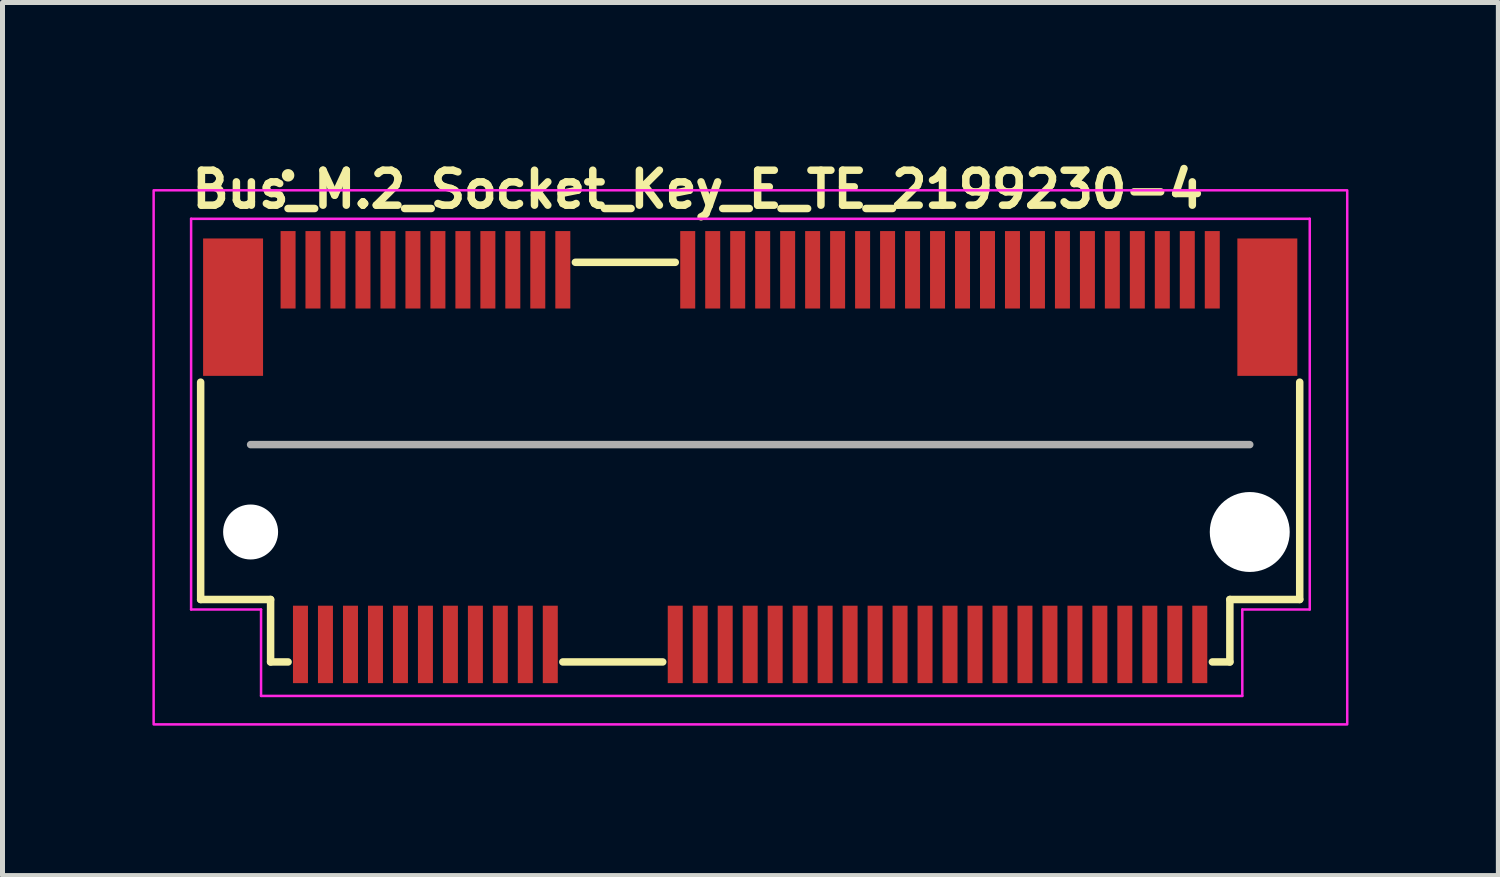
<source format=kicad_pcb>
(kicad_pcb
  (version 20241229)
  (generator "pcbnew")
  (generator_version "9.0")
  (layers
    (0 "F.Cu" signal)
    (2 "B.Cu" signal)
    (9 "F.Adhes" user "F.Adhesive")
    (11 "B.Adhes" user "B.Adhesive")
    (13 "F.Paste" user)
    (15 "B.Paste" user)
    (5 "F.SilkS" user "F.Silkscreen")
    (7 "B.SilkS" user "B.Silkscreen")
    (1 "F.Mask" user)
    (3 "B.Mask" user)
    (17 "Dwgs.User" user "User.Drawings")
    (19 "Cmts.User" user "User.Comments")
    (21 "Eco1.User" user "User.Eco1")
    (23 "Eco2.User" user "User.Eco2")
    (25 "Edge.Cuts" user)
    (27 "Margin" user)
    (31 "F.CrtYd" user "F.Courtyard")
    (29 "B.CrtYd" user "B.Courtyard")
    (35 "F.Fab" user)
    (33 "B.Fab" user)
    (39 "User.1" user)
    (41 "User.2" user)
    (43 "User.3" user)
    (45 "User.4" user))
  (footprint "Bus_M.2_Socket_Key_E_TE_2199230-4"
    (layer "F.Cu")
    (at 11.965 6.099)
    (property "Reference" "Bus_M.2_Socket_Key_E_TE_2199230-4" (at -11.249 -4.949 0) (layer "F.SilkS") (effects (font (size 0.7 0.7) (thickness 0.15)) (justify left bottom)))
    (attr smd)
    (fp_line (start -10.999 2.85) (end -10.999 -1.5) (stroke (width 0.15) (type solid)) (layer "F.SilkS"))
    (fp_line (start -9.599 2.85) (end -10.999 2.85) (stroke (width 0.15) (type solid)) (layer "F.SilkS"))
    (fp_line (start -9.599 2.85) (end -9.599 4.1) (stroke (width 0.15) (type solid)) (layer "F.SilkS"))
    (fp_line (start -9.599 4.1) (end -9.249 4.1) (stroke (width 0.15) (type solid)) (layer "F.SilkS"))
    (fp_line (start -3.75 4.1) (end -1.75 4.1) (stroke (width 0.15) (type solid)) (layer "F.SilkS"))
    (fp_line (start -3.499 -3.899) (end -1.499 -3.899) (stroke (width 0.15) (type solid)) (layer "F.SilkS"))
    (fp_line (start 9.251 4.1) (end 9.601 4.1) (stroke (width 0.15) (type solid)) (layer "F.SilkS"))
    (fp_line (start 9.601 4.1) (end 9.601 2.85) (stroke (width 0.15) (type solid)) (layer "F.SilkS"))
    (fp_line (start 10.999 -1.5) (end 10.999 2.85) (stroke (width 0.15) (type solid)) (layer "F.SilkS"))
    (fp_line (start 10.999 2.85) (end 9.601 2.85) (stroke (width 0.15) (type solid)) (layer "F.SilkS"))
    (fp_circle (center -9.249 -5.64) (end -9.199 -5.64) (stroke (width 0.15) (type solid)) (fill yes) (layer "F.SilkS"))
    (fp_line (start -11.19 -4.77) (end -11.19 3.05) (stroke (width 0.05) (type solid)) (layer "F.CrtYd"))
    (fp_line (start -11.19 3.05) (end -9.79 3.05) (stroke (width 0.05) (type solid)) (layer "F.CrtYd"))
    (fp_line (start -9.79 3.05) (end -9.79 4.78) (stroke (width 0.05) (type solid)) (layer "F.CrtYd"))
    (fp_line (start -9.79 4.78) (end 9.85 4.78) (stroke (width 0.05) (type solid)) (layer "F.CrtYd"))
    (fp_line (start 9.85 3.05) (end 11.2 3.05) (stroke (width 0.05) (type solid)) (layer "F.CrtYd"))
    (fp_line (start 9.85 4.78) (end 9.85 3.05) (stroke (width 0.05) (type solid)) (layer "F.CrtYd"))
    (fp_line (start 11.2 -4.77) (end -11.19 -4.77) (stroke (width 0.05) (type solid)) (layer "F.CrtYd"))
    (fp_line (start 11.2 3.05) (end 11.2 -4.77) (stroke (width 0.05) (type solid)) (layer "F.CrtYd"))
    (fp_rect (start -11.94 -5.34) (end 11.95 5.35) (stroke (width 0.05) (type solid)) (fill no) (layer "F.CrtYd"))
    (fp_line (start -9.999 -0.25) (end 9.999 -0.25) (stroke (width 0.15) (type solid)) (layer "F.Fab"))
    (fp_rect (start -10.949 -4.349) (end 10.95 4.35) (stroke (width 0.1) (type solid)) (fill no) (layer "User.5"))
    (fp_line (start -10.949 -3.749) (end -10.949 1.749) (stroke (width 0.02) (type solid)) (layer "User.9"))
    (fp_line (start -10.949 -3.749) (end 10.95 -3.749) (stroke (width 0.02) (type solid)) (layer "User.9"))
    (fp_line (start -10.949 2.183) (end -10.949 1.749) (stroke (width 0.02) (type solid)) (layer "User.9"))
    (fp_line (start -10.949 2.183) (end -10.949 2.183) (stroke (width 0.02) (type solid)) (layer "User.9"))
    (fp_line (start -10.949 2.374) (end -10.949 2.183) (stroke (width 0.02) (type solid)) (layer "User.9"))
    (fp_line (start -10.949 2.374) (end -10.949 2.374) (stroke (width 0.02) (type solid)) (layer "User.9"))
    (fp_line (start -10.949 2.457) (end -10.949 2.374) (stroke (width 0.02) (type solid)) (layer "User.9"))
    (fp_line (start -10.949 2.457) (end -10.949 2.457) (stroke (width 0.02) (type solid)) (layer "User.9"))
    (fp_line (start -10.949 2.531) (end -10.949 2.457) (stroke (width 0.02) (type solid)) (layer "User.9"))
    (fp_line (start -10.949 2.531) (end -10.949 2.531) (stroke (width 0.02) (type solid)) (layer "User.9"))
    (fp_line (start -10.949 2.595) (end -10.949 2.531) (stroke (width 0.02) (type solid)) (layer "User.9"))
    (fp_line (start -10.949 2.595) (end -10.949 2.595) (stroke (width 0.02) (type solid)) (layer "User.9"))
    (fp_line (start -10.949 2.651) (end -10.949 2.595) (stroke (width 0.02) (type solid)) (layer "User.9"))
    (fp_line (start -10.949 2.651) (end -10.949 2.651) (stroke (width 0.02) (type solid)) (layer "User.9"))
    (fp_line (start -10.949 2.693) (end -10.949 2.651) (stroke (width 0.02) (type solid)) (layer "User.9"))
    (fp_line (start -10.949 2.693) (end -10.949 2.693) (stroke (width 0.02) (type solid)) (layer "User.9"))
    (fp_line (start -10.949 2.725) (end -10.949 2.693) (stroke (width 0.02) (type solid)) (layer "User.9"))
    (fp_line (start -10.949 2.725) (end -10.949 2.725) (stroke (width 0.02) (type solid)) (layer "User.9"))
    (fp_line (start -10.949 2.744) (end -10.949 2.725) (stroke (width 0.02) (type solid)) (layer "User.9"))
    (fp_line (start -10.949 2.744) (end -10.949 2.744) (stroke (width 0.02) (type solid)) (layer "User.9"))
    (fp_line (start -10.949 2.749) (end -10.949 2.744) (stroke (width 0.02) (type solid)) (layer "User.9"))
    (fp_line (start -10.949 2.749) (end -10.574 2.749) (stroke (width 0.02) (type solid)) (layer "User.9"))
    (fp_line (start -10.574 1.749) (end -2.674 1.749) (stroke (width 0.02) (type solid)) (layer "User.9"))
    (fp_line (start -10.574 2.749) (end -10.55 2.749) (stroke (width 0.02) (type solid)) (layer "User.9"))
    (fp_line (start -10.55 2.749) (end -10.525 2.747) (stroke (width 0.02) (type solid)) (layer "User.9"))
    (fp_line (start -10.525 2.747) (end -10.501 2.744) (stroke (width 0.02) (type solid)) (layer "User.9"))
    (fp_line (start -10.501 2.744) (end -10.477 2.741) (stroke (width 0.02) (type solid)) (layer "User.9"))
    (fp_line (start -10.477 2.741) (end -10.453 2.733) (stroke (width 0.02) (type solid)) (layer "User.9"))
    (fp_line (start -10.453 2.733) (end -10.429 2.728) (stroke (width 0.02) (type solid)) (layer "User.9"))
    (fp_line (start -10.429 2.728) (end -10.407 2.72) (stroke (width 0.02) (type solid)) (layer "User.9"))
    (fp_line (start -10.407 2.72) (end -10.384 2.712) (stroke (width 0.02) (type solid)) (layer "User.9"))
    (fp_line (start -10.384 2.712) (end -10.362 2.701) (stroke (width 0.02) (type solid)) (layer "User.9"))
    (fp_line (start -10.362 2.701) (end -10.34 2.691) (stroke (width 0.02) (type solid)) (layer "User.9"))
    (fp_line (start -10.34 2.691) (end -10.318 2.68) (stroke (width 0.02) (type solid)) (layer "User.9"))
    (fp_line (start -10.318 2.68) (end -10.298 2.664) (stroke (width 0.02) (type solid)) (layer "User.9"))
    (fp_line (start -10.298 2.664) (end -10.278 2.651) (stroke (width 0.02) (type solid)) (layer "User.9"))
    (fp_line (start -10.278 2.651) (end -10.259 2.635) (stroke (width 0.02) (type solid)) (layer "User.9"))
    (fp_line (start -10.259 2.635) (end -10.239 2.619) (stroke (width 0.02) (type solid)) (layer "User.9"))
    (fp_line (start -10.239 2.619) (end -10.221 2.603) (stroke (width 0.02) (type solid)) (layer "User.9"))
    (fp_line (start -10.221 2.603) (end -10.221 2.603) (stroke (width 0.02) (type solid)) (layer "User.9"))
    (fp_line (start -10.221 2.603) (end -10.205 2.584) (stroke (width 0.02) (type solid)) (layer "User.9"))
    (fp_line (start -10.205 2.584) (end -10.189 2.566) (stroke (width 0.02) (type solid)) (layer "User.9"))
    (fp_line (start -10.189 2.566) (end -10.174 2.547) (stroke (width 0.02) (type solid)) (layer "User.9"))
    (fp_line (start -10.174 2.547) (end -10.16 2.528) (stroke (width 0.02) (type solid)) (layer "User.9"))
    (fp_line (start -10.16 2.528) (end -10.145 2.507) (stroke (width 0.02) (type solid)) (layer "User.9"))
    (fp_line (start -10.145 2.507) (end -10.133 2.486) (stroke (width 0.02) (type solid)) (layer "User.9"))
    (fp_line (start -10.133 2.486) (end -10.122 2.462) (stroke (width 0.02) (type solid)) (layer "User.9"))
    (fp_line (start -10.122 2.462) (end -10.113 2.441) (stroke (width 0.02) (type solid)) (layer "User.9"))
    (fp_line (start -10.113 2.441) (end -10.104 2.419) (stroke (width 0.02) (type solid)) (layer "User.9"))
    (fp_line (start -10.104 2.419) (end -10.096 2.395) (stroke (width 0.02) (type solid)) (layer "User.9"))
    (fp_line (start -10.096 2.395) (end -10.09 2.372) (stroke (width 0.02) (type solid)) (layer "User.9"))
    (fp_line (start -10.09 2.372) (end -10.084 2.348) (stroke (width 0.02) (type solid)) (layer "User.9"))
    (fp_line (start -10.084 2.348) (end -10.081 2.324) (stroke (width 0.02) (type solid)) (layer "User.9"))
    (fp_line (start -10.081 2.324) (end -10.078 2.3) (stroke (width 0.02) (type solid)) (layer "User.9"))
    (fp_line (start -10.078 2.3) (end -10.076 2.273) (stroke (width 0.02) (type solid)) (layer "User.9"))
    (fp_line (start -10.076 2.273) (end -10.075 2.249) (stroke (width 0.02) (type solid)) (layer "User.9"))
    (fp_line (start -10.075 2.103) (end -10.075 1.749) (stroke (width 0.02) (type solid)) (layer "User.9"))
    (fp_line (start -10.075 2.103) (end -10.075 2.103) (stroke (width 0.02) (type solid)) (layer "User.9"))
    (fp_line (start -10.075 2.249) (end -10.075 2.103) (stroke (width 0.02) (type solid)) (layer "User.9"))
    (fp_line (start -9.55 -3.22) (end -8.95 -3.22) (stroke (width 0.02) (type solid)) (layer "User.9"))
    (fp_line (start -9.499 1.749) (end -9.499 3.999) (stroke (width 0.02) (type solid)) (layer "User.9"))
    (fp_line (start -9.499 2.749) (end -10.574 2.749) (stroke (width 0.02) (type solid)) (layer "User.9"))
    (fp_line (start -9.499 3.999) (end -3.655 3.999) (stroke (width 0.02) (type solid)) (layer "User.9"))
    (fp_line (start -9.324 -4.349) (end -9.324 -3.85) (stroke (width 0.02) (type solid)) (layer "User.9"))
    (fp_line (start -9.324 -4.349) (end -9.176 -4.349) (stroke (width 0.02) (type solid)) (layer "User.9"))
    (fp_line (start -9.324 -3.85) (end -9.324 -3.749) (stroke (width 0.02) (type solid)) (layer "User.9"))
    (fp_line (start -9.249 -3.74) (end -9.55 -3.22) (stroke (width 0.02) (type solid)) (layer "User.9"))
    (fp_line (start -9.176 -4.349) (end -9.176 -3.85) (stroke (width 0.02) (type solid)) (layer "User.9"))
    (fp_line (start -9.176 -3.85) (end -9.176 -3.749) (stroke (width 0.02) (type solid)) (layer "User.9"))
    (fp_line (start -9.094 2.252) (end -9.074 1.981) (stroke (width 0.02) (type solid)) (layer "User.9"))
    (fp_line (start -9.094 2.252) (end -8.906 2.252) (stroke (width 0.02) (type solid)) (layer "User.9"))
    (fp_line (start -9.074 1.749) (end -9.074 1.797) (stroke (width 0.02) (type solid)) (layer "User.9"))
    (fp_line (start -9.074 1.903) (end -9.074 1.797) (stroke (width 0.02) (type solid)) (layer "User.9"))
    (fp_line (start -9.074 1.903) (end -9.074 1.981) (stroke (width 0.02) (type solid)) (layer "User.9"))
    (fp_line (start -9.074 3.999) (end -9.074 4.35) (stroke (width 0.02) (type solid)) (layer "User.9"))
    (fp_line (start -9.074 4.35) (end -8.925 4.35) (stroke (width 0.02) (type solid)) (layer "User.9"))
    (fp_line (start -8.95 -3.22) (end -9.249 -3.74) (stroke (width 0.02) (type solid)) (layer "User.9"))
    (fp_line (start -8.925 1.749) (end -8.925 1.797) (stroke (width 0.02) (type solid)) (layer "User.9"))
    (fp_line (start -8.925 1.903) (end -8.925 1.797) (stroke (width 0.02) (type solid)) (layer "User.9"))
    (fp_line (start -8.925 1.903) (end -8.925 1.981) (stroke (width 0.02) (type solid)) (layer "User.9"))
    (fp_line (start -8.925 3.999) (end -8.925 4.35) (stroke (width 0.02) (type solid)) (layer "User.9"))
    (fp_line (start -8.906 2.252) (end -8.925 1.981) (stroke (width 0.02) (type solid)) (layer "User.9"))
    (fp_line (start -8.825 -4.349) (end -8.825 -3.85) (stroke (width 0.02) (type solid)) (layer "User.9"))
    (fp_line (start -8.825 -4.349) (end -8.675 -4.349) (stroke (width 0.02) (type solid)) (layer "User.9"))
    (fp_line (start -8.825 -3.85) (end -8.825 -3.749) (stroke (width 0.02) (type solid)) (layer "User.9"))
    (fp_line (start -8.675 -4.349) (end -8.675 -3.85) (stroke (width 0.02) (type solid)) (layer "User.9"))
    (fp_line (start -8.675 -3.85) (end -8.675 -3.749) (stroke (width 0.02) (type solid)) (layer "User.9"))
    (fp_line (start -8.593 2.252) (end -8.574 1.981) (stroke (width 0.02) (type solid)) (layer "User.9"))
    (fp_line (start -8.593 2.252) (end -8.407 2.252) (stroke (width 0.02) (type solid)) (layer "User.9"))
    (fp_line (start -8.574 1.749) (end -8.574 1.797) (stroke (width 0.02) (type solid)) (layer "User.9"))
    (fp_line (start -8.574 1.903) (end -8.574 1.797) (stroke (width 0.02) (type solid)) (layer "User.9"))
    (fp_line (start -8.574 1.903) (end -8.574 1.981) (stroke (width 0.02) (type solid)) (layer "User.9"))
    (fp_line (start -8.574 3.999) (end -8.574 4.35) (stroke (width 0.02) (type solid)) (layer "User.9"))
    (fp_line (start -8.574 4.35) (end -8.425 4.35) (stroke (width 0.02) (type solid)) (layer "User.9"))
    (fp_line (start -8.425 1.749) (end -8.425 1.797) (stroke (width 0.02) (type solid)) (layer "User.9"))
    (fp_line (start -8.425 1.903) (end -8.425 1.797) (stroke (width 0.02) (type solid)) (layer "User.9"))
    (fp_line (start -8.425 1.903) (end -8.425 1.981) (stroke (width 0.02) (type solid)) (layer "User.9"))
    (fp_line (start -8.425 3.999) (end -8.425 4.35) (stroke (width 0.02) (type solid)) (layer "User.9"))
    (fp_line (start -8.407 2.252) (end -8.425 1.981) (stroke (width 0.02) (type solid)) (layer "User.9"))
    (fp_line (start -8.324 -4.349) (end -8.324 -3.85) (stroke (width 0.02) (type solid)) (layer "User.9"))
    (fp_line (start -8.324 -4.349) (end -8.175 -4.349) (stroke (width 0.02) (type solid)) (layer "User.9"))
    (fp_line (start -8.324 -3.85) (end -8.324 -3.749) (stroke (width 0.02) (type solid)) (layer "User.9"))
    (fp_line (start -8.175 -4.349) (end -8.175 -3.85) (stroke (width 0.02) (type solid)) (layer "User.9"))
    (fp_line (start -8.175 -3.85) (end -8.175 -3.749) (stroke (width 0.02) (type solid)) (layer "User.9"))
    (fp_line (start -8.093 2.252) (end -8.074 1.981) (stroke (width 0.02) (type solid)) (layer "User.9"))
    (fp_line (start -8.093 2.252) (end -7.907 2.252) (stroke (width 0.02) (type solid)) (layer "User.9"))
    (fp_line (start -8.074 1.749) (end -8.074 1.797) (stroke (width 0.02) (type solid)) (layer "User.9"))
    (fp_line (start -8.074 1.903) (end -8.074 1.797) (stroke (width 0.02) (type solid)) (layer "User.9"))
    (fp_line (start -8.074 1.903) (end -8.074 1.981) (stroke (width 0.02) (type solid)) (layer "User.9"))
    (fp_line (start -8.074 3.999) (end -8.074 4.35) (stroke (width 0.02) (type solid)) (layer "User.9"))
    (fp_line (start -8.074 4.35) (end -7.925 4.35) (stroke (width 0.02) (type solid)) (layer "User.9"))
    (fp_line (start -7.925 1.749) (end -7.925 1.797) (stroke (width 0.02) (type solid)) (layer "User.9"))
    (fp_line (start -7.925 1.903) (end -7.925 1.797) (stroke (width 0.02) (type solid)) (layer "User.9"))
    (fp_line (start -7.925 1.903) (end -7.925 1.981) (stroke (width 0.02) (type solid)) (layer "User.9"))
    (fp_line (start -7.925 3.999) (end -7.925 4.35) (stroke (width 0.02) (type solid)) (layer "User.9"))
    (fp_line (start -7.907 2.252) (end -7.925 1.981) (stroke (width 0.02) (type solid)) (layer "User.9"))
    (fp_line (start -7.826 -4.349) (end -7.826 -3.85) (stroke (width 0.02) (type solid)) (layer "User.9"))
    (fp_line (start -7.826 -4.349) (end -7.675 -4.349) (stroke (width 0.02) (type solid)) (layer "User.9"))
    (fp_line (start -7.826 -3.85) (end -7.826 -3.749) (stroke (width 0.02) (type solid)) (layer "User.9"))
    (fp_line (start -7.675 -4.349) (end -7.675 -3.85) (stroke (width 0.02) (type solid)) (layer "User.9"))
    (fp_line (start -7.675 -3.85) (end -7.675 -3.749) (stroke (width 0.02) (type solid)) (layer "User.9"))
    (fp_line (start -7.593 2.252) (end -7.576 1.981) (stroke (width 0.02) (type solid)) (layer "User.9"))
    (fp_line (start -7.593 2.252) (end -7.407 2.252) (stroke (width 0.02) (type solid)) (layer "User.9"))
    (fp_line (start -7.576 1.749) (end -7.576 1.797) (stroke (width 0.02) (type solid)) (layer "User.9"))
    (fp_line (start -7.576 1.903) (end -7.576 1.797) (stroke (width 0.02) (type solid)) (layer "User.9"))
    (fp_line (start -7.576 1.903) (end -7.576 1.981) (stroke (width 0.02) (type solid)) (layer "User.9"))
    (fp_line (start -7.576 3.999) (end -7.576 4.35) (stroke (width 0.02) (type solid)) (layer "User.9"))
    (fp_line (start -7.576 4.35) (end -7.425 4.35) (stroke (width 0.02) (type solid)) (layer "User.9"))
    (fp_line (start -7.425 1.749) (end -7.425 1.797) (stroke (width 0.02) (type solid)) (layer "User.9"))
    (fp_line (start -7.425 1.903) (end -7.425 1.797) (stroke (width 0.02) (type solid)) (layer "User.9"))
    (fp_line (start -7.425 1.903) (end -7.425 1.981) (stroke (width 0.02) (type solid)) (layer "User.9"))
    (fp_line (start -7.425 3.999) (end -7.425 4.35) (stroke (width 0.02) (type solid)) (layer "User.9"))
    (fp_line (start -7.407 2.252) (end -7.425 1.981) (stroke (width 0.02) (type solid)) (layer "User.9"))
    (fp_line (start -7.326 -4.349) (end -7.326 -3.85) (stroke (width 0.02) (type solid)) (layer "User.9"))
    (fp_line (start -7.326 -4.349) (end -7.174 -4.349) (stroke (width 0.02) (type solid)) (layer "User.9"))
    (fp_line (start -7.326 -3.85) (end -7.326 -3.749) (stroke (width 0.02) (type solid)) (layer "User.9"))
    (fp_line (start -7.174 -4.349) (end -7.174 -3.85) (stroke (width 0.02) (type solid)) (layer "User.9"))
    (fp_line (start -7.174 -3.85) (end -7.174 -3.749) (stroke (width 0.02) (type solid)) (layer "User.9"))
    (fp_line (start -7.093 2.252) (end -7.076 1.981) (stroke (width 0.02) (type solid)) (layer "User.9"))
    (fp_line (start -7.093 2.252) (end -6.907 2.252) (stroke (width 0.02) (type solid)) (layer "User.9"))
    (fp_line (start -7.076 1.749) (end -7.076 1.797) (stroke (width 0.02) (type solid)) (layer "User.9"))
    (fp_line (start -7.076 1.903) (end -7.076 1.797) (stroke (width 0.02) (type solid)) (layer "User.9"))
    (fp_line (start -7.076 1.903) (end -7.076 1.981) (stroke (width 0.02) (type solid)) (layer "User.9"))
    (fp_line (start -7.076 3.999) (end -7.076 4.35) (stroke (width 0.02) (type solid)) (layer "User.9"))
    (fp_line (start -7.076 4.35) (end -6.924 4.35) (stroke (width 0.02) (type solid)) (layer "User.9"))
    (fp_line (start -6.924 1.749) (end -6.924 1.797) (stroke (width 0.02) (type solid)) (layer "User.9"))
    (fp_line (start -6.924 1.903) (end -6.924 1.797) (stroke (width 0.02) (type solid)) (layer "User.9"))
    (fp_line (start -6.924 1.903) (end -6.924 1.981) (stroke (width 0.02) (type solid)) (layer "User.9"))
    (fp_line (start -6.924 3.999) (end -6.924 4.35) (stroke (width 0.02) (type solid)) (layer "User.9"))
    (fp_line (start -6.907 2.252) (end -6.924 1.981) (stroke (width 0.02) (type solid)) (layer "User.9"))
    (fp_line (start -6.826 -4.349) (end -6.826 -3.85) (stroke (width 0.02) (type solid)) (layer "User.9"))
    (fp_line (start -6.826 -4.349) (end -6.674 -4.349) (stroke (width 0.02) (type solid)) (layer "User.9"))
    (fp_line (start -6.826 -3.85) (end -6.826 -3.749) (stroke (width 0.02) (type solid)) (layer "User.9"))
    (fp_line (start -6.674 -4.349) (end -6.674 -3.85) (stroke (width 0.02) (type solid)) (layer "User.9"))
    (fp_line (start -6.674 -3.85) (end -6.674 -3.749) (stroke (width 0.02) (type solid)) (layer "User.9"))
    (fp_line (start -6.593 2.252) (end -6.576 1.981) (stroke (width 0.02) (type solid)) (layer "User.9"))
    (fp_line (start -6.593 2.252) (end -6.407 2.252) (stroke (width 0.02) (type solid)) (layer "User.9"))
    (fp_line (start -6.576 1.749) (end -6.576 1.797) (stroke (width 0.02) (type solid)) (layer "User.9"))
    (fp_line (start -6.576 1.903) (end -6.576 1.797) (stroke (width 0.02) (type solid)) (layer "User.9"))
    (fp_line (start -6.576 1.903) (end -6.576 1.981) (stroke (width 0.02) (type solid)) (layer "User.9"))
    (fp_line (start -6.576 3.999) (end -6.576 4.35) (stroke (width 0.02) (type solid)) (layer "User.9"))
    (fp_line (start -6.576 4.35) (end -6.424 4.35) (stroke (width 0.02) (type solid)) (layer "User.9"))
    (fp_line (start -6.424 1.749) (end -6.424 1.797) (stroke (width 0.02) (type solid)) (layer "User.9"))
    (fp_line (start -6.424 1.903) (end -6.424 1.797) (stroke (width 0.02) (type solid)) (layer "User.9"))
    (fp_line (start -6.424 1.903) (end -6.424 1.981) (stroke (width 0.02) (type solid)) (layer "User.9"))
    (fp_line (start -6.424 3.999) (end -6.424 4.35) (stroke (width 0.02) (type solid)) (layer "User.9"))
    (fp_line (start -6.407 2.252) (end -6.424 1.981) (stroke (width 0.02) (type solid)) (layer "User.9"))
    (fp_line (start -6.326 -4.349) (end -6.326 -3.85) (stroke (width 0.02) (type solid)) (layer "User.9"))
    (fp_line (start -6.326 -4.349) (end -6.174 -4.349) (stroke (width 0.02) (type solid)) (layer "User.9"))
    (fp_line (start -6.326 -3.85) (end -6.326 -3.749) (stroke (width 0.02) (type solid)) (layer "User.9"))
    (fp_line (start -6.174 -4.349) (end -6.174 -3.85) (stroke (width 0.02) (type solid)) (layer "User.9"))
    (fp_line (start -6.174 -3.85) (end -6.174 -3.749) (stroke (width 0.02) (type solid)) (layer "User.9"))
    (fp_line (start -6.093 2.252) (end -6.076 1.981) (stroke (width 0.02) (type solid)) (layer "User.9"))
    (fp_line (start -6.093 2.252) (end -5.907 2.252) (stroke (width 0.02) (type solid)) (layer "User.9"))
    (fp_line (start -6.076 1.749) (end -6.076 1.797) (stroke (width 0.02) (type solid)) (layer "User.9"))
    (fp_line (start -6.076 1.903) (end -6.076 1.797) (stroke (width 0.02) (type solid)) (layer "User.9"))
    (fp_line (start -6.076 1.903) (end -6.076 1.981) (stroke (width 0.02) (type solid)) (layer "User.9"))
    (fp_line (start -6.076 3.999) (end -6.076 4.35) (stroke (width 0.02) (type solid)) (layer "User.9"))
    (fp_line (start -6.076 4.35) (end -5.924 4.35) (stroke (width 0.02) (type solid)) (layer "User.9"))
    (fp_line (start -5.924 1.749) (end -5.924 1.797) (stroke (width 0.02) (type solid)) (layer "User.9"))
    (fp_line (start -5.924 1.903) (end -5.924 1.797) (stroke (width 0.02) (type solid)) (layer "User.9"))
    (fp_line (start -5.924 1.903) (end -5.924 1.981) (stroke (width 0.02) (type solid)) (layer "User.9"))
    (fp_line (start -5.924 3.999) (end -5.924 4.35) (stroke (width 0.02) (type solid)) (layer "User.9"))
    (fp_line (start -5.907 2.252) (end -5.924 1.981) (stroke (width 0.02) (type solid)) (layer "User.9"))
    (fp_line (start -5.826 -4.349) (end -5.826 -3.85) (stroke (width 0.02) (type solid)) (layer "User.9"))
    (fp_line (start -5.826 -4.349) (end -5.674 -4.349) (stroke (width 0.02) (type solid)) (layer "User.9"))
    (fp_line (start -5.826 -3.85) (end -5.826 -3.749) (stroke (width 0.02) (type solid)) (layer "User.9"))
    (fp_line (start -5.674 -4.349) (end -5.674 -3.85) (stroke (width 0.02) (type solid)) (layer "User.9"))
    (fp_line (start -5.674 -3.85) (end -5.674 -3.749) (stroke (width 0.02) (type solid)) (layer "User.9"))
    (fp_line (start -5.593 2.252) (end -5.576 1.981) (stroke (width 0.02) (type solid)) (layer "User.9"))
    (fp_line (start -5.593 2.252) (end -5.407 2.252) (stroke (width 0.02) (type solid)) (layer "User.9"))
    (fp_line (start -5.576 1.749) (end -5.576 1.797) (stroke (width 0.02) (type solid)) (layer "User.9"))
    (fp_line (start -5.576 1.903) (end -5.576 1.797) (stroke (width 0.02) (type solid)) (layer "User.9"))
    (fp_line (start -5.576 1.903) (end -5.576 1.981) (stroke (width 0.02) (type solid)) (layer "User.9"))
    (fp_line (start -5.576 3.999) (end -5.576 4.35) (stroke (width 0.02) (type solid)) (layer "User.9"))
    (fp_line (start -5.576 4.35) (end -5.424 4.35) (stroke (width 0.02) (type solid)) (layer "User.9"))
    (fp_line (start -5.424 1.749) (end -5.424 1.797) (stroke (width 0.02) (type solid)) (layer "User.9"))
    (fp_line (start -5.424 1.903) (end -5.424 1.797) (stroke (width 0.02) (type solid)) (layer "User.9"))
    (fp_line (start -5.424 1.903) (end -5.424 1.981) (stroke (width 0.02) (type solid)) (layer "User.9"))
    (fp_line (start -5.424 3.999) (end -5.424 4.35) (stroke (width 0.02) (type solid)) (layer "User.9"))
    (fp_line (start -5.407 2.252) (end -5.424 1.981) (stroke (width 0.02) (type solid)) (layer "User.9"))
    (fp_line (start -5.326 -4.349) (end -5.326 -3.85) (stroke (width 0.02) (type solid)) (layer "User.9"))
    (fp_line (start -5.326 -4.349) (end -5.174 -4.349) (stroke (width 0.02) (type solid)) (layer "User.9"))
    (fp_line (start -5.326 -3.85) (end -5.326 -3.749) (stroke (width 0.02) (type solid)) (layer "User.9"))
    (fp_line (start -5.174 -4.349) (end -5.174 -3.85) (stroke (width 0.02) (type solid)) (layer "User.9"))
    (fp_line (start -5.174 -3.85) (end -5.174 -3.749) (stroke (width 0.02) (type solid)) (layer "User.9"))
    (fp_line (start -5.094 2.252) (end -5.075 1.981) (stroke (width 0.02) (type solid)) (layer "User.9"))
    (fp_line (start -5.094 2.252) (end -4.907 2.252) (stroke (width 0.02) (type solid)) (layer "User.9"))
    (fp_line (start -5.075 1.749) (end -5.075 1.797) (stroke (width 0.02) (type solid)) (layer "User.9"))
    (fp_line (start -5.075 1.903) (end -5.075 1.797) (stroke (width 0.02) (type solid)) (layer "User.9"))
    (fp_line (start -5.075 1.903) (end -5.075 1.981) (stroke (width 0.02) (type solid)) (layer "User.9"))
    (fp_line (start -5.075 3.999) (end -5.075 4.35) (stroke (width 0.02) (type solid)) (layer "User.9"))
    (fp_line (start -5.075 4.35) (end -4.924 4.35) (stroke (width 0.02) (type solid)) (layer "User.9"))
    (fp_line (start -4.924 1.749) (end -4.924 1.797) (stroke (width 0.02) (type solid)) (layer "User.9"))
    (fp_line (start -4.924 1.903) (end -4.924 1.797) (stroke (width 0.02) (type solid)) (layer "User.9"))
    (fp_line (start -4.924 1.903) (end -4.924 1.981) (stroke (width 0.02) (type solid)) (layer "User.9"))
    (fp_line (start -4.924 3.999) (end -4.924 4.35) (stroke (width 0.02) (type solid)) (layer "User.9"))
    (fp_line (start -4.907 2.252) (end -4.924 1.981) (stroke (width 0.02) (type solid)) (layer "User.9"))
    (fp_line (start -4.825 -4.349) (end -4.825 -3.85) (stroke (width 0.02) (type solid)) (layer "User.9"))
    (fp_line (start -4.825 -4.349) (end -4.674 -4.349) (stroke (width 0.02) (type solid)) (layer "User.9"))
    (fp_line (start -4.825 -3.85) (end -4.825 -3.749) (stroke (width 0.02) (type solid)) (layer "User.9"))
    (fp_line (start -4.674 -4.349) (end -4.674 -3.85) (stroke (width 0.02) (type solid)) (layer "User.9"))
    (fp_line (start -4.674 -3.85) (end -4.674 -3.749) (stroke (width 0.02) (type solid)) (layer "User.9"))
    (fp_line (start -4.594 2.252) (end -4.575 1.981) (stroke (width 0.02) (type solid)) (layer "User.9"))
    (fp_line (start -4.594 2.252) (end -4.407 2.252) (stroke (width 0.02) (type solid)) (layer "User.9"))
    (fp_line (start -4.575 1.749) (end -4.575 1.797) (stroke (width 0.02) (type solid)) (layer "User.9"))
    (fp_line (start -4.575 1.903) (end -4.575 1.797) (stroke (width 0.02) (type solid)) (layer "User.9"))
    (fp_line (start -4.575 1.903) (end -4.575 1.981) (stroke (width 0.02) (type solid)) (layer "User.9"))
    (fp_line (start -4.575 3.999) (end -4.575 4.35) (stroke (width 0.02) (type solid)) (layer "User.9"))
    (fp_line (start -4.575 4.35) (end -4.424 4.35) (stroke (width 0.02) (type solid)) (layer "User.9"))
    (fp_line (start -4.424 1.749) (end -4.424 1.797) (stroke (width 0.02) (type solid)) (layer "User.9"))
    (fp_line (start -4.424 1.903) (end -4.424 1.797) (stroke (width 0.02) (type solid)) (layer "User.9"))
    (fp_line (start -4.424 1.903) (end -4.424 1.981) (stroke (width 0.02) (type solid)) (layer "User.9"))
    (fp_line (start -4.424 3.999) (end -4.424 4.35) (stroke (width 0.02) (type solid)) (layer "User.9"))
    (fp_line (start -4.407 2.252) (end -4.424 1.981) (stroke (width 0.02) (type solid)) (layer "User.9"))
    (fp_line (start -4.325 -4.349) (end -4.325 -3.85) (stroke (width 0.02) (type solid)) (layer "User.9"))
    (fp_line (start -4.325 -4.349) (end -4.174 -4.349) (stroke (width 0.02) (type solid)) (layer "User.9"))
    (fp_line (start -4.325 -3.85) (end -4.325 -3.749) (stroke (width 0.02) (type solid)) (layer "User.9"))
    (fp_line (start -4.174 -4.349) (end -4.174 -3.85) (stroke (width 0.02) (type solid)) (layer "User.9"))
    (fp_line (start -4.174 -3.85) (end -4.174 -3.749) (stroke (width 0.02) (type solid)) (layer "User.9"))
    (fp_line (start -4.094 2.252) (end -4.075 1.981) (stroke (width 0.02) (type solid)) (layer "User.9"))
    (fp_line (start -4.094 2.252) (end -3.907 2.252) (stroke (width 0.02) (type solid)) (layer "User.9"))
    (fp_line (start -4.075 1.749) (end -4.075 1.797) (stroke (width 0.02) (type solid)) (layer "User.9"))
    (fp_line (start -4.075 1.903) (end -4.075 1.797) (stroke (width 0.02) (type solid)) (layer "User.9"))
    (fp_line (start -4.075 1.903) (end -4.075 1.981) (stroke (width 0.02) (type solid)) (layer "User.9"))
    (fp_line (start -4.075 3.999) (end -4.075 4.35) (stroke (width 0.02) (type solid)) (layer "User.9"))
    (fp_line (start -4.075 4.35) (end -3.924 4.35) (stroke (width 0.02) (type solid)) (layer "User.9"))
    (fp_line (start -3.924 1.749) (end -3.924 1.797) (stroke (width 0.02) (type solid)) (layer "User.9"))
    (fp_line (start -3.924 1.903) (end -3.924 1.797) (stroke (width 0.02) (type solid)) (layer "User.9"))
    (fp_line (start -3.924 1.903) (end -3.924 1.981) (stroke (width 0.02) (type solid)) (layer "User.9"))
    (fp_line (start -3.924 3.999) (end -3.924 4.35) (stroke (width 0.02) (type solid)) (layer "User.9"))
    (fp_line (start -3.907 2.252) (end -3.924 1.981) (stroke (width 0.02) (type solid)) (layer "User.9"))
    (fp_line (start -3.825 -4.349) (end -3.825 -3.85) (stroke (width 0.02) (type solid)) (layer "User.9"))
    (fp_line (start -3.825 -4.349) (end -3.674 -4.349) (stroke (width 0.02) (type solid)) (layer "User.9"))
    (fp_line (start -3.825 -3.85) (end -3.825 -3.749) (stroke (width 0.02) (type solid)) (layer "User.9"))
    (fp_line (start -3.674 -4.349) (end -3.674 -3.85) (stroke (width 0.02) (type solid)) (layer "User.9"))
    (fp_line (start -3.674 -3.85) (end -3.674 -3.749) (stroke (width 0.02) (type solid)) (layer "User.9"))
    (fp_line (start -3.655 1.749) (end -3.655 3.999) (stroke (width 0.02) (type solid)) (layer "User.9"))
    (fp_line (start -3.655 3.999) (end -3.546 3.999) (stroke (width 0.02) (type solid)) (layer "User.9"))
    (fp_line (start -3.546 3.749) (end -3.546 3.999) (stroke (width 0.02) (type solid)) (layer "User.9"))
    (fp_line (start -3.546 3.749) (end -1.955 3.749) (stroke (width 0.02) (type solid)) (layer "User.9"))
    (fp_line (start -3.174 2.103) (end -3.174 1.749) (stroke (width 0.02) (type solid)) (layer "User.9"))
    (fp_line (start -3.174 2.103) (end -3.174 2.103) (stroke (width 0.02) (type solid)) (layer "User.9"))
    (fp_line (start -3.174 2.249) (end -3.174 2.103) (stroke (width 0.02) (type solid)) (layer "User.9"))
    (fp_line (start -3.174 2.249) (end -3.174 2.273) (stroke (width 0.02) (type solid)) (layer "User.9"))
    (fp_line (start -3.174 2.273) (end -3.173 2.3) (stroke (width 0.02) (type solid)) (layer "User.9"))
    (fp_line (start -3.173 2.3) (end -3.17 2.324) (stroke (width 0.02) (type solid)) (layer "User.9"))
    (fp_line (start -3.17 2.324) (end -3.165 2.348) (stroke (width 0.02) (type solid)) (layer "User.9"))
    (fp_line (start -3.165 2.348) (end -3.16 2.372) (stroke (width 0.02) (type solid)) (layer "User.9"))
    (fp_line (start -3.16 2.372) (end -3.154 2.395) (stroke (width 0.02) (type solid)) (layer "User.9"))
    (fp_line (start -3.154 2.395) (end -3.146 2.419) (stroke (width 0.02) (type solid)) (layer "User.9"))
    (fp_line (start -3.146 2.419) (end -3.136 2.441) (stroke (width 0.02) (type solid)) (layer "User.9"))
    (fp_line (start -3.136 2.441) (end -3.128 2.462) (stroke (width 0.02) (type solid)) (layer "User.9"))
    (fp_line (start -3.128 2.462) (end -3.117 2.486) (stroke (width 0.02) (type solid)) (layer "User.9"))
    (fp_line (start -3.117 2.486) (end -3.104 2.507) (stroke (width 0.02) (type solid)) (layer "User.9"))
    (fp_line (start -3.104 2.507) (end -3.091 2.528) (stroke (width 0.02) (type solid)) (layer "User.9"))
    (fp_line (start -3.091 2.528) (end -3.077 2.547) (stroke (width 0.02) (type solid)) (layer "User.9"))
    (fp_line (start -3.077 2.547) (end -3.062 2.566) (stroke (width 0.02) (type solid)) (layer "User.9"))
    (fp_line (start -3.062 2.566) (end -3.046 2.584) (stroke (width 0.02) (type solid)) (layer "User.9"))
    (fp_line (start -3.046 2.584) (end -3.029 2.603) (stroke (width 0.02) (type solid)) (layer "User.9"))
    (fp_line (start -3.029 2.603) (end -3.029 2.603) (stroke (width 0.02) (type solid)) (layer "User.9"))
    (fp_line (start -3.029 2.603) (end -3.011 2.619) (stroke (width 0.02) (type solid)) (layer "User.9"))
    (fp_line (start -3.011 2.619) (end -2.992 2.635) (stroke (width 0.02) (type solid)) (layer "User.9"))
    (fp_line (start -2.992 2.635) (end -2.972 2.651) (stroke (width 0.02) (type solid)) (layer "User.9"))
    (fp_line (start -2.972 2.651) (end -2.953 2.664) (stroke (width 0.02) (type solid)) (layer "User.9"))
    (fp_line (start -2.953 2.664) (end -2.931 2.68) (stroke (width 0.02) (type solid)) (layer "User.9"))
    (fp_line (start -2.931 2.68) (end -2.91 2.691) (stroke (width 0.02) (type solid)) (layer "User.9"))
    (fp_line (start -2.91 2.691) (end -2.889 2.701) (stroke (width 0.02) (type solid)) (layer "User.9"))
    (fp_line (start -2.889 2.701) (end -2.867 2.712) (stroke (width 0.02) (type solid)) (layer "User.9"))
    (fp_line (start -2.867 2.712) (end -2.844 2.72) (stroke (width 0.02) (type solid)) (layer "User.9"))
    (fp_line (start -2.844 2.72) (end -2.82 2.728) (stroke (width 0.02) (type solid)) (layer "User.9"))
    (fp_line (start -2.82 2.728) (end -2.796 2.733) (stroke (width 0.02) (type solid)) (layer "User.9"))
    (fp_line (start -2.796 2.733) (end -2.774 2.741) (stroke (width 0.02) (type solid)) (layer "User.9"))
    (fp_line (start -2.774 2.741) (end -2.748 2.744) (stroke (width 0.02) (type solid)) (layer "User.9"))
    (fp_line (start -2.748 2.744) (end -2.724 2.747) (stroke (width 0.02) (type solid)) (layer "User.9"))
    (fp_line (start -2.724 2.747) (end -2.7 2.749) (stroke (width 0.02) (type solid)) (layer "User.9"))
    (fp_line (start -2.7 2.749) (end -2.674 2.749) (stroke (width 0.02) (type solid)) (layer "User.9"))
    (fp_line (start -2.674 2.749) (end -2.575 2.749) (stroke (width 0.02) (type solid)) (layer "User.9"))
    (fp_line (start -2.575 1.749) (end 10.575 1.749) (stroke (width 0.02) (type solid)) (layer "User.9"))
    (fp_line (start -2.551 2.749) (end -2.575 2.749) (stroke (width 0.02) (type solid)) (layer "User.9"))
    (fp_line (start -2.525 2.747) (end -2.551 2.749) (stroke (width 0.02) (type solid)) (layer "User.9"))
    (fp_line (start -2.501 2.744) (end -2.525 2.747) (stroke (width 0.02) (type solid)) (layer "User.9"))
    (fp_line (start -2.476 2.741) (end -2.501 2.744) (stroke (width 0.02) (type solid)) (layer "User.9"))
    (fp_line (start -2.453 2.733) (end -2.476 2.741) (stroke (width 0.02) (type solid)) (layer "User.9"))
    (fp_line (start -2.429 2.728) (end -2.453 2.733) (stroke (width 0.02) (type solid)) (layer "User.9"))
    (fp_line (start -2.407 2.72) (end -2.429 2.728) (stroke (width 0.02) (type solid)) (layer "User.9"))
    (fp_line (start -2.383 2.712) (end -2.407 2.72) (stroke (width 0.02) (type solid)) (layer "User.9"))
    (fp_line (start -2.362 2.701) (end -2.383 2.712) (stroke (width 0.02) (type solid)) (layer "User.9"))
    (fp_line (start -2.34 2.691) (end -2.362 2.701) (stroke (width 0.02) (type solid)) (layer "User.9"))
    (fp_line (start -2.319 2.68) (end -2.34 2.691) (stroke (width 0.02) (type solid)) (layer "User.9"))
    (fp_line (start -2.298 2.664) (end -2.319 2.68) (stroke (width 0.02) (type solid)) (layer "User.9"))
    (fp_line (start -2.277 2.651) (end -2.298 2.664) (stroke (width 0.02) (type solid)) (layer "User.9"))
    (fp_line (start -2.258 2.635) (end -2.277 2.651) (stroke (width 0.02) (type solid)) (layer "User.9"))
    (fp_line (start -2.24 2.619) (end -2.258 2.635) (stroke (width 0.02) (type solid)) (layer "User.9"))
    (fp_line (start -2.221 2.603) (end -2.24 2.619) (stroke (width 0.02) (type solid)) (layer "User.9"))
    (fp_line (start -2.221 2.603) (end -2.221 2.603) (stroke (width 0.02) (type solid)) (layer "User.9"))
    (fp_line (start -2.205 2.584) (end -2.221 2.603) (stroke (width 0.02) (type solid)) (layer "User.9"))
    (fp_line (start -2.189 2.566) (end -2.205 2.584) (stroke (width 0.02) (type solid)) (layer "User.9"))
    (fp_line (start -2.173 2.547) (end -2.189 2.566) (stroke (width 0.02) (type solid)) (layer "User.9"))
    (fp_line (start -2.16 2.528) (end -2.173 2.547) (stroke (width 0.02) (type solid)) (layer "User.9"))
    (fp_line (start -2.146 2.507) (end -2.16 2.528) (stroke (width 0.02) (type solid)) (layer "User.9"))
    (fp_line (start -2.133 2.486) (end -2.146 2.507) (stroke (width 0.02) (type solid)) (layer "User.9"))
    (fp_line (start -2.123 2.462) (end -2.133 2.486) (stroke (width 0.02) (type solid)) (layer "User.9"))
    (fp_line (start -2.114 2.441) (end -2.123 2.462) (stroke (width 0.02) (type solid)) (layer "User.9"))
    (fp_line (start -2.104 2.419) (end -2.114 2.441) (stroke (width 0.02) (type solid)) (layer "User.9"))
    (fp_line (start -2.096 2.395) (end -2.104 2.419) (stroke (width 0.02) (type solid)) (layer "User.9"))
    (fp_line (start -2.091 2.372) (end -2.096 2.395) (stroke (width 0.02) (type solid)) (layer "User.9"))
    (fp_line (start -2.085 2.348) (end -2.091 2.372) (stroke (width 0.02) (type solid)) (layer "User.9"))
    (fp_line (start -2.08 2.324) (end -2.085 2.348) (stroke (width 0.02) (type solid)) (layer "User.9"))
    (fp_line (start -2.078 2.3) (end -2.08 2.324) (stroke (width 0.02) (type solid)) (layer "User.9"))
    (fp_line (start -2.075 1.749) (end -2.075 2.103) (stroke (width 0.02) (type solid)) (layer "User.9"))
    (fp_line (start -2.075 2.103) (end -2.075 2.103) (stroke (width 0.02) (type solid)) (layer "User.9"))
    (fp_line (start -2.075 2.103) (end -2.075 2.249) (stroke (width 0.02) (type solid)) (layer "User.9"))
    (fp_line (start -2.075 2.249) (end -2.075 2.273) (stroke (width 0.02) (type solid)) (layer "User.9"))
    (fp_line (start -2.075 2.273) (end -2.078 2.3) (stroke (width 0.02) (type solid)) (layer "User.9"))
    (fp_line (start -1.955 3.749) (end -1.955 3.999) (stroke (width 0.02) (type solid)) (layer "User.9"))
    (fp_line (start -1.955 3.999) (end -1.844 3.999) (stroke (width 0.02) (type solid)) (layer "User.9"))
    (fp_line (start -1.844 1.749) (end -1.844 3.999) (stroke (width 0.02) (type solid)) (layer "User.9"))
    (fp_line (start -1.844 3.999) (end 9.499 3.999) (stroke (width 0.02) (type solid)) (layer "User.9"))
    (fp_line (start -1.593 2.252) (end -1.575 1.981) (stroke (width 0.02) (type solid)) (layer "User.9"))
    (fp_line (start -1.593 2.252) (end -1.407 2.252) (stroke (width 0.02) (type solid)) (layer "User.9"))
    (fp_line (start -1.575 1.749) (end -1.575 1.797) (stroke (width 0.02) (type solid)) (layer "User.9"))
    (fp_line (start -1.575 1.903) (end -1.575 1.797) (stroke (width 0.02) (type solid)) (layer "User.9"))
    (fp_line (start -1.575 1.903) (end -1.575 1.981) (stroke (width 0.02) (type solid)) (layer "User.9"))
    (fp_line (start -1.575 3.999) (end -1.575 4.35) (stroke (width 0.02) (type solid)) (layer "User.9"))
    (fp_line (start -1.575 4.35) (end -1.424 4.35) (stroke (width 0.02) (type solid)) (layer "User.9"))
    (fp_line (start -1.424 1.749) (end -1.424 1.797) (stroke (width 0.02) (type solid)) (layer "User.9"))
    (fp_line (start -1.424 1.903) (end -1.424 1.797) (stroke (width 0.02) (type solid)) (layer "User.9"))
    (fp_line (start -1.424 1.903) (end -1.424 1.981) (stroke (width 0.02) (type solid)) (layer "User.9"))
    (fp_line (start -1.424 3.999) (end -1.424 4.35) (stroke (width 0.02) (type solid)) (layer "User.9"))
    (fp_line (start -1.407 2.252) (end -1.424 1.981) (stroke (width 0.02) (type solid)) (layer "User.9"))
    (fp_line (start -1.325 -4.349) (end -1.325 -3.85) (stroke (width 0.02) (type solid)) (layer "User.9"))
    (fp_line (start -1.325 -4.349) (end -1.176 -4.349) (stroke (width 0.02) (type solid)) (layer "User.9"))
    (fp_line (start -1.325 -3.85) (end -1.325 -3.749) (stroke (width 0.02) (type solid)) (layer "User.9"))
    (fp_line (start -1.176 -4.349) (end -1.176 -3.85) (stroke (width 0.02) (type solid)) (layer "User.9"))
    (fp_line (start -1.176 -3.85) (end -1.176 -3.749) (stroke (width 0.02) (type solid)) (layer "User.9"))
    (fp_line (start -1.093 2.252) (end -1.073 1.981) (stroke (width 0.02) (type solid)) (layer "User.9"))
    (fp_line (start -1.093 2.252) (end -0.907 2.252) (stroke (width 0.02) (type solid)) (layer "User.9"))
    (fp_line (start -1.073 1.749) (end -1.073 1.797) (stroke (width 0.02) (type solid)) (layer "User.9"))
    (fp_line (start -1.073 1.903) (end -1.073 1.797) (stroke (width 0.02) (type solid)) (layer "User.9"))
    (fp_line (start -1.073 1.903) (end -1.073 1.981) (stroke (width 0.02) (type solid)) (layer "User.9"))
    (fp_line (start -1.073 3.999) (end -1.073 4.35) (stroke (width 0.02) (type solid)) (layer "User.9"))
    (fp_line (start -1.073 4.35) (end -0.926 4.35) (stroke (width 0.02) (type solid)) (layer "User.9"))
    (fp_line (start -0.926 1.749) (end -0.926 1.797) (stroke (width 0.02) (type solid)) (layer "User.9"))
    (fp_line (start -0.926 1.903) (end -0.926 1.797) (stroke (width 0.02) (type solid)) (layer "User.9"))
    (fp_line (start -0.926 1.903) (end -0.926 1.981) (stroke (width 0.02) (type solid)) (layer "User.9"))
    (fp_line (start -0.926 3.999) (end -0.926 4.35) (stroke (width 0.02) (type solid)) (layer "User.9"))
    (fp_line (start -0.907 2.252) (end -0.926 1.981) (stroke (width 0.02) (type solid)) (layer "User.9"))
    (fp_line (start -0.823 -4.349) (end -0.823 -3.85) (stroke (width 0.02) (type solid)) (layer "User.9"))
    (fp_line (start -0.823 -4.349) (end -0.676 -4.349) (stroke (width 0.02) (type solid)) (layer "User.9"))
    (fp_line (start -0.823 -3.85) (end -0.823 -3.749) (stroke (width 0.02) (type solid)) (layer "User.9"))
    (fp_line (start -0.676 -4.349) (end -0.676 -3.85) (stroke (width 0.02) (type solid)) (layer "User.9"))
    (fp_line (start -0.676 -3.85) (end -0.676 -3.749) (stroke (width 0.02) (type solid)) (layer "User.9"))
    (fp_line (start -0.593 2.252) (end -0.573 1.981) (stroke (width 0.02) (type solid)) (layer "User.9"))
    (fp_line (start -0.593 2.252) (end -0.407 2.252) (stroke (width 0.02) (type solid)) (layer "User.9"))
    (fp_line (start -0.573 1.749) (end -0.573 1.797) (stroke (width 0.02) (type solid)) (layer "User.9"))
    (fp_line (start -0.573 1.903) (end -0.573 1.797) (stroke (width 0.02) (type solid)) (layer "User.9"))
    (fp_line (start -0.573 1.903) (end -0.573 1.981) (stroke (width 0.02) (type solid)) (layer "User.9"))
    (fp_line (start -0.573 3.999) (end -0.573 4.35) (stroke (width 0.02) (type solid)) (layer "User.9"))
    (fp_line (start -0.573 4.35) (end -0.426 4.35) (stroke (width 0.02) (type solid)) (layer "User.9"))
    (fp_line (start -0.426 1.749) (end -0.426 1.797) (stroke (width 0.02) (type solid)) (layer "User.9"))
    (fp_line (start -0.426 1.903) (end -0.426 1.797) (stroke (width 0.02) (type solid)) (layer "User.9"))
    (fp_line (start -0.426 1.903) (end -0.426 1.981) (stroke (width 0.02) (type solid)) (layer "User.9"))
    (fp_line (start -0.426 3.999) (end -0.426 4.35) (stroke (width 0.02) (type solid)) (layer "User.9"))
    (fp_line (start -0.407 2.252) (end -0.426 1.981) (stroke (width 0.02) (type solid)) (layer "User.9"))
    (fp_line (start -0.323 -4.349) (end -0.323 -3.85) (stroke (width 0.02) (type solid)) (layer "User.9"))
    (fp_line (start -0.323 -4.349) (end -0.176 -4.349) (stroke (width 0.02) (type solid)) (layer "User.9"))
    (fp_line (start -0.323 -3.85) (end -0.323 -3.749) (stroke (width 0.02) (type solid)) (layer "User.9"))
    (fp_line (start -0.176 -4.349) (end -0.176 -3.85) (stroke (width 0.02) (type solid)) (layer "User.9"))
    (fp_line (start -0.176 -3.85) (end -0.176 -3.749) (stroke (width 0.02) (type solid)) (layer "User.9"))
    (fp_line (start -0.092 2.252) (end -0.073 1.981) (stroke (width 0.02) (type solid)) (layer "User.9"))
    (fp_line (start -0.092 2.252) (end 0.092 2.252) (stroke (width 0.02) (type solid)) (layer "User.9"))
    (fp_line (start -0.073 1.749) (end -0.073 1.797) (stroke (width 0.02) (type solid)) (layer "User.9"))
    (fp_line (start -0.073 1.903) (end -0.073 1.797) (stroke (width 0.02) (type solid)) (layer "User.9"))
    (fp_line (start -0.073 1.903) (end -0.073 1.981) (stroke (width 0.02) (type solid)) (layer "User.9"))
    (fp_line (start -0.073 3.999) (end -0.073 4.35) (stroke (width 0.02) (type solid)) (layer "User.9"))
    (fp_line (start -0.073 4.35) (end 0.073 4.35) (stroke (width 0.02) (type solid)) (layer "User.9"))
    (fp_line (start 0.073 1.749) (end 0.073 1.797) (stroke (width 0.02) (type solid)) (layer "User.9"))
    (fp_line (start 0.073 1.903) (end 0.073 1.797) (stroke (width 0.02) (type solid)) (layer "User.9"))
    (fp_line (start 0.073 1.903) (end 0.073 1.981) (stroke (width 0.02) (type solid)) (layer "User.9"))
    (fp_line (start 0.073 3.999) (end 0.073 4.35) (stroke (width 0.02) (type solid)) (layer "User.9"))
    (fp_line (start 0.092 2.252) (end 0.073 1.981) (stroke (width 0.02) (type solid)) (layer "User.9"))
    (fp_line (start 0.176 -4.349) (end 0.176 -3.85) (stroke (width 0.02) (type solid)) (layer "User.9"))
    (fp_line (start 0.176 -4.349) (end 0.323 -4.349) (stroke (width 0.02) (type solid)) (layer "User.9"))
    (fp_line (start 0.176 -3.85) (end 0.176 -3.749) (stroke (width 0.02) (type solid)) (layer "User.9"))
    (fp_line (start 0.323 -4.349) (end 0.323 -3.85) (stroke (width 0.02) (type solid)) (layer "User.9"))
    (fp_line (start 0.323 -3.85) (end 0.323 -3.749) (stroke (width 0.02) (type solid)) (layer "User.9"))
    (fp_line (start 0.407 2.252) (end 0.426 1.981) (stroke (width 0.02) (type solid)) (layer "User.9"))
    (fp_line (start 0.407 2.252) (end 0.593 2.252) (stroke (width 0.02) (type solid)) (layer "User.9"))
    (fp_line (start 0.426 1.749) (end 0.426 1.797) (stroke (width 0.02) (type solid)) (layer "User.9"))
    (fp_line (start 0.426 1.903) (end 0.426 1.797) (stroke (width 0.02) (type solid)) (layer "User.9"))
    (fp_line (start 0.426 1.903) (end 0.426 1.981) (stroke (width 0.02) (type solid)) (layer "User.9"))
    (fp_line (start 0.426 3.999) (end 0.426 4.35) (stroke (width 0.02) (type solid)) (layer "User.9"))
    (fp_line (start 0.426 4.35) (end 0.573 4.35) (stroke (width 0.02) (type solid)) (layer "User.9"))
    (fp_line (start 0.573 1.749) (end 0.573 1.797) (stroke (width 0.02) (type solid)) (layer "User.9"))
    (fp_line (start 0.573 1.903) (end 0.573 1.797) (stroke (width 0.02) (type solid)) (layer "User.9"))
    (fp_line (start 0.573 1.903) (end 0.573 1.981) (stroke (width 0.02) (type solid)) (layer "User.9"))
    (fp_line (start 0.573 3.999) (end 0.573 4.35) (stroke (width 0.02) (type solid)) (layer "User.9"))
    (fp_line (start 0.593 2.252) (end 0.573 1.981) (stroke (width 0.02) (type solid)) (layer "User.9"))
    (fp_line (start 0.676 -4.349) (end 0.676 -3.85) (stroke (width 0.02) (type solid)) (layer "User.9"))
    (fp_line (start 0.676 -4.349) (end 0.823 -4.349) (stroke (width 0.02) (type solid)) (layer "User.9"))
    (fp_line (start 0.676 -3.85) (end 0.676 -3.749) (stroke (width 0.02) (type solid)) (layer "User.9"))
    (fp_line (start 0.823 -4.349) (end 0.823 -3.85) (stroke (width 0.02) (type solid)) (layer "User.9"))
    (fp_line (start 0.823 -3.85) (end 0.823 -3.749) (stroke (width 0.02) (type solid)) (layer "User.9"))
    (fp_line (start 0.907 2.252) (end 0.926 1.981) (stroke (width 0.02) (type solid)) (layer "User.9"))
    (fp_line (start 0.907 2.252) (end 1.093 2.252) (stroke (width 0.02) (type solid)) (layer "User.9"))
    (fp_line (start 0.926 1.749) (end 0.926 1.797) (stroke (width 0.02) (type solid)) (layer "User.9"))
    (fp_line (start 0.926 1.903) (end 0.926 1.797) (stroke (width 0.02) (type solid)) (layer "User.9"))
    (fp_line (start 0.926 1.903) (end 0.926 1.981) (stroke (width 0.02) (type solid)) (layer "User.9"))
    (fp_line (start 0.926 3.999) (end 0.926 4.35) (stroke (width 0.02) (type solid)) (layer "User.9"))
    (fp_line (start 0.926 4.35) (end 1.073 4.35) (stroke (width 0.02) (type solid)) (layer "User.9"))
    (fp_line (start 1.073 1.749) (end 1.073 1.797) (stroke (width 0.02) (type solid)) (layer "User.9"))
    (fp_line (start 1.073 1.903) (end 1.073 1.797) (stroke (width 0.02) (type solid)) (layer "User.9"))
    (fp_line (start 1.073 1.903) (end 1.073 1.981) (stroke (width 0.02) (type solid)) (layer "User.9"))
    (fp_line (start 1.073 3.999) (end 1.073 4.35) (stroke (width 0.02) (type solid)) (layer "User.9"))
    (fp_line (start 1.093 2.252) (end 1.073 1.981) (stroke (width 0.02) (type solid)) (layer "User.9"))
    (fp_line (start 1.176 -4.349) (end 1.176 -3.85) (stroke (width 0.02) (type solid)) (layer "User.9"))
    (fp_line (start 1.176 -4.349) (end 1.323 -4.349) (stroke (width 0.02) (type solid)) (layer "User.9"))
    (fp_line (start 1.176 -3.85) (end 1.176 -3.749) (stroke (width 0.02) (type solid)) (layer "User.9"))
    (fp_line (start 1.323 -4.349) (end 1.323 -3.85) (stroke (width 0.02) (type solid)) (layer "User.9"))
    (fp_line (start 1.323 -3.85) (end 1.323 -3.749) (stroke (width 0.02) (type solid)) (layer "User.9"))
    (fp_line (start 1.407 2.252) (end 1.426 1.981) (stroke (width 0.02) (type solid)) (layer "User.9"))
    (fp_line (start 1.407 2.252) (end 1.593 2.252) (stroke (width 0.02) (type solid)) (layer "User.9"))
    (fp_line (start 1.426 1.749) (end 1.426 1.797) (stroke (width 0.02) (type solid)) (layer "User.9"))
    (fp_line (start 1.426 1.903) (end 1.426 1.797) (stroke (width 0.02) (type solid)) (layer "User.9"))
    (fp_line (start 1.426 1.903) (end 1.426 1.981) (stroke (width 0.02) (type solid)) (layer "User.9"))
    (fp_line (start 1.426 3.999) (end 1.426 4.35) (stroke (width 0.02) (type solid)) (layer "User.9"))
    (fp_line (start 1.426 4.35) (end 1.573 4.35) (stroke (width 0.02) (type solid)) (layer "User.9"))
    (fp_line (start 1.573 1.749) (end 1.573 1.797) (stroke (width 0.02) (type solid)) (layer "User.9"))
    (fp_line (start 1.573 1.903) (end 1.573 1.797) (stroke (width 0.02) (type solid)) (layer "User.9"))
    (fp_line (start 1.573 1.903) (end 1.573 1.981) (stroke (width 0.02) (type solid)) (layer "User.9"))
    (fp_line (start 1.573 3.999) (end 1.573 4.35) (stroke (width 0.02) (type solid)) (layer "User.9"))
    (fp_line (start 1.593 2.252) (end 1.573 1.981) (stroke (width 0.02) (type solid)) (layer "User.9"))
    (fp_line (start 1.676 -4.349) (end 1.676 -3.85) (stroke (width 0.02) (type solid)) (layer "User.9"))
    (fp_line (start 1.676 -4.349) (end 1.823 -4.349) (stroke (width 0.02) (type solid)) (layer "User.9"))
    (fp_line (start 1.676 -3.85) (end 1.676 -3.749) (stroke (width 0.02) (type solid)) (layer "User.9"))
    (fp_line (start 1.823 -4.349) (end 1.823 -3.85) (stroke (width 0.02) (type solid)) (layer "User.9"))
    (fp_line (start 1.823 -3.85) (end 1.823 -3.749) (stroke (width 0.02) (type solid)) (layer "User.9"))
    (fp_line (start 1.907 2.252) (end 1.926 1.981) (stroke (width 0.02) (type solid)) (layer "User.9"))
    (fp_line (start 1.907 2.252) (end 2.093 2.252) (stroke (width 0.02) (type solid)) (layer "User.9"))
    (fp_line (start 1.926 1.749) (end 1.926 1.797) (stroke (width 0.02) (type solid)) (layer "User.9"))
    (fp_line (start 1.926 1.903) (end 1.926 1.797) (stroke (width 0.02) (type solid)) (layer "User.9"))
    (fp_line (start 1.926 1.903) (end 1.926 1.981) (stroke (width 0.02) (type solid)) (layer "User.9"))
    (fp_line (start 1.926 3.999) (end 1.926 4.35) (stroke (width 0.02) (type solid)) (layer "User.9"))
    (fp_line (start 1.926 4.35) (end 2.074 4.35) (stroke (width 0.02) (type solid)) (layer "User.9"))
    (fp_line (start 2.074 1.749) (end 2.074 1.797) (stroke (width 0.02) (type solid)) (layer "User.9"))
    (fp_line (start 2.074 1.903) (end 2.074 1.797) (stroke (width 0.02) (type solid)) (layer "User.9"))
    (fp_line (start 2.074 1.903) (end 2.074 1.981) (stroke (width 0.02) (type solid)) (layer "User.9"))
    (fp_line (start 2.074 3.999) (end 2.074 4.35) (stroke (width 0.02) (type solid)) (layer "User.9"))
    (fp_line (start 2.093 2.252) (end 2.074 1.981) (stroke (width 0.02) (type solid)) (layer "User.9"))
    (fp_line (start 2.176 -4.349) (end 2.176 -3.85) (stroke (width 0.02) (type solid)) (layer "User.9"))
    (fp_line (start 2.176 -4.349) (end 2.324 -4.349) (stroke (width 0.02) (type solid)) (layer "User.9"))
    (fp_line (start 2.176 -3.85) (end 2.176 -3.749) (stroke (width 0.02) (type solid)) (layer "User.9"))
    (fp_line (start 2.324 -4.349) (end 2.324 -3.85) (stroke (width 0.02) (type solid)) (layer "User.9"))
    (fp_line (start 2.324 -3.85) (end 2.324 -3.749) (stroke (width 0.02) (type solid)) (layer "User.9"))
    (fp_line (start 2.407 2.252) (end 2.426 1.981) (stroke (width 0.02) (type solid)) (layer "User.9"))
    (fp_line (start 2.407 2.252) (end 2.593 2.252) (stroke (width 0.02) (type solid)) (layer "User.9"))
    (fp_line (start 2.426 1.749) (end 2.426 1.797) (stroke (width 0.02) (type solid)) (layer "User.9"))
    (fp_line (start 2.426 1.903) (end 2.426 1.797) (stroke (width 0.02) (type solid)) (layer "User.9"))
    (fp_line (start 2.426 1.903) (end 2.426 1.981) (stroke (width 0.02) (type solid)) (layer "User.9"))
    (fp_line (start 2.426 3.999) (end 2.426 4.35) (stroke (width 0.02) (type solid)) (layer "User.9"))
    (fp_line (start 2.426 4.35) (end 2.574 4.35) (stroke (width 0.02) (type solid)) (layer "User.9"))
    (fp_line (start 2.574 1.749) (end 2.574 1.797) (stroke (width 0.02) (type solid)) (layer "User.9"))
    (fp_line (start 2.574 1.903) (end 2.574 1.797) (stroke (width 0.02) (type solid)) (layer "User.9"))
    (fp_line (start 2.574 1.903) (end 2.574 1.981) (stroke (width 0.02) (type solid)) (layer "User.9"))
    (fp_line (start 2.574 3.999) (end 2.574 4.35) (stroke (width 0.02) (type solid)) (layer "User.9"))
    (fp_line (start 2.593 2.252) (end 2.574 1.981) (stroke (width 0.02) (type solid)) (layer "User.9"))
    (fp_line (start 2.676 -4.349) (end 2.676 -3.85) (stroke (width 0.02) (type solid)) (layer "User.9"))
    (fp_line (start 2.676 -4.349) (end 2.824 -4.349) (stroke (width 0.02) (type solid)) (layer "User.9"))
    (fp_line (start 2.676 -3.85) (end 2.676 -3.749) (stroke (width 0.02) (type solid)) (layer "User.9"))
    (fp_line (start 2.824 -4.349) (end 2.824 -3.85) (stroke (width 0.02) (type solid)) (layer "User.9"))
    (fp_line (start 2.824 -3.85) (end 2.824 -3.749) (stroke (width 0.02) (type solid)) (layer "User.9"))
    (fp_line (start 2.907 2.252) (end 2.926 1.981) (stroke (width 0.02) (type solid)) (layer "User.9"))
    (fp_line (start 2.907 2.252) (end 3.093 2.252) (stroke (width 0.02) (type solid)) (layer "User.9"))
    (fp_line (start 2.926 1.749) (end 2.926 1.797) (stroke (width 0.02) (type solid)) (layer "User.9"))
    (fp_line (start 2.926 1.903) (end 2.926 1.797) (stroke (width 0.02) (type solid)) (layer "User.9"))
    (fp_line (start 2.926 1.903) (end 2.926 1.981) (stroke (width 0.02) (type solid)) (layer "User.9"))
    (fp_line (start 2.926 3.999) (end 2.926 4.35) (stroke (width 0.02) (type solid)) (layer "User.9"))
    (fp_line (start 2.926 4.35) (end 3.074 4.35) (stroke (width 0.02) (type solid)) (layer "User.9"))
    (fp_line (start 3.074 1.749) (end 3.074 1.797) (stroke (width 0.02) (type solid)) (layer "User.9"))
    (fp_line (start 3.074 1.903) (end 3.074 1.797) (stroke (width 0.02) (type solid)) (layer "User.9"))
    (fp_line (start 3.074 1.903) (end 3.074 1.981) (stroke (width 0.02) (type solid)) (layer "User.9"))
    (fp_line (start 3.074 3.999) (end 3.074 4.35) (stroke (width 0.02) (type solid)) (layer "User.9"))
    (fp_line (start 3.093 2.252) (end 3.074 1.981) (stroke (width 0.02) (type solid)) (layer "User.9"))
    (fp_line (start 3.176 -4.349) (end 3.176 -3.85) (stroke (width 0.02) (type solid)) (layer "User.9"))
    (fp_line (start 3.176 -4.349) (end 3.324 -4.349) (stroke (width 0.02) (type solid)) (layer "User.9"))
    (fp_line (start 3.176 -3.85) (end 3.176 -3.749) (stroke (width 0.02) (type solid)) (layer "User.9"))
    (fp_line (start 3.324 -4.349) (end 3.324 -3.85) (stroke (width 0.02) (type solid)) (layer "User.9"))
    (fp_line (start 3.324 -3.85) (end 3.324 -3.749) (stroke (width 0.02) (type solid)) (layer "User.9"))
    (fp_line (start 3.407 2.252) (end 3.426 1.981) (stroke (width 0.02) (type solid)) (layer "User.9"))
    (fp_line (start 3.407 2.252) (end 3.593 2.252) (stroke (width 0.02) (type solid)) (layer "User.9"))
    (fp_line (start 3.426 1.749) (end 3.426 1.797) (stroke (width 0.02) (type solid)) (layer "User.9"))
    (fp_line (start 3.426 1.903) (end 3.426 1.797) (stroke (width 0.02) (type solid)) (layer "User.9"))
    (fp_line (start 3.426 1.903) (end 3.426 1.981) (stroke (width 0.02) (type solid)) (layer "User.9"))
    (fp_line (start 3.426 3.999) (end 3.426 4.35) (stroke (width 0.02) (type solid)) (layer "User.9"))
    (fp_line (start 3.426 4.35) (end 3.573 4.35) (stroke (width 0.02) (type solid)) (layer "User.9"))
    (fp_line (start 3.573 1.749) (end 3.573 1.797) (stroke (width 0.02) (type solid)) (layer "User.9"))
    (fp_line (start 3.573 1.903) (end 3.573 1.797) (stroke (width 0.02) (type solid)) (layer "User.9"))
    (fp_line (start 3.573 1.903) (end 3.573 1.981) (stroke (width 0.02) (type solid)) (layer "User.9"))
    (fp_line (start 3.573 3.999) (end 3.573 4.35) (stroke (width 0.02) (type solid)) (layer "User.9"))
    (fp_line (start 3.593 2.252) (end 3.573 1.981) (stroke (width 0.02) (type solid)) (layer "User.9"))
    (fp_line (start 3.676 -4.349) (end 3.676 -3.85) (stroke (width 0.02) (type solid)) (layer "User.9"))
    (fp_line (start 3.676 -4.349) (end 3.823 -4.349) (stroke (width 0.02) (type solid)) (layer "User.9"))
    (fp_line (start 3.676 -3.85) (end 3.676 -3.749) (stroke (width 0.02) (type solid)) (layer "User.9"))
    (fp_line (start 3.823 -4.349) (end 3.823 -3.85) (stroke (width 0.02) (type solid)) (layer "User.9"))
    (fp_line (start 3.823 -3.85) (end 3.823 -3.749) (stroke (width 0.02) (type solid)) (layer "User.9"))
    (fp_line (start 3.907 2.252) (end 3.926 1.981) (stroke (width 0.02) (type solid)) (layer "User.9"))
    (fp_line (start 3.907 2.252) (end 4.093 2.252) (stroke (width 0.02) (type solid)) (layer "User.9"))
    (fp_line (start 3.926 1.749) (end 3.926 1.797) (stroke (width 0.02) (type solid)) (layer "User.9"))
    (fp_line (start 3.926 1.903) (end 3.926 1.797) (stroke (width 0.02) (type solid)) (layer "User.9"))
    (fp_line (start 3.926 1.903) (end 3.926 1.981) (stroke (width 0.02) (type solid)) (layer "User.9"))
    (fp_line (start 3.926 3.999) (end 3.926 4.35) (stroke (width 0.02) (type solid)) (layer "User.9"))
    (fp_line (start 3.926 4.35) (end 4.073 4.35) (stroke (width 0.02) (type solid)) (layer "User.9"))
    (fp_line (start 4.073 1.749) (end 4.073 1.797) (stroke (width 0.02) (type solid)) (layer "User.9"))
    (fp_line (start 4.073 1.903) (end 4.073 1.797) (stroke (width 0.02) (type solid)) (layer "User.9"))
    (fp_line (start 4.073 1.903) (end 4.073 1.981) (stroke (width 0.02) (type solid)) (layer "User.9"))
    (fp_line (start 4.073 3.999) (end 4.073 4.35) (stroke (width 0.02) (type solid)) (layer "User.9"))
    (fp_line (start 4.093 2.252) (end 4.073 1.981) (stroke (width 0.02) (type solid)) (layer "User.9"))
    (fp_line (start 4.176 -4.349) (end 4.176 -3.85) (stroke (width 0.02) (type solid)) (layer "User.9"))
    (fp_line (start 4.176 -4.349) (end 4.324 -4.349) (stroke (width 0.02) (type solid)) (layer "User.9"))
    (fp_line (start 4.176 -3.85) (end 4.176 -3.749) (stroke (width 0.02) (type solid)) (layer "User.9"))
    (fp_line (start 4.324 -4.349) (end 4.324 -3.85) (stroke (width 0.02) (type solid)) (layer "User.9"))
    (fp_line (start 4.324 -3.85) (end 4.324 -3.749) (stroke (width 0.02) (type solid)) (layer "User.9"))
    (fp_line (start 4.407 2.252) (end 4.426 1.981) (stroke (width 0.02) (type solid)) (layer "User.9"))
    (fp_line (start 4.407 2.252) (end 4.593 2.252) (stroke (width 0.02) (type solid)) (layer "User.9"))
    (fp_line (start 4.426 1.749) (end 4.426 1.797) (stroke (width 0.02) (type solid)) (layer "User.9"))
    (fp_line (start 4.426 1.903) (end 4.426 1.797) (stroke (width 0.02) (type solid)) (layer "User.9"))
    (fp_line (start 4.426 1.903) (end 4.426 1.981) (stroke (width 0.02) (type solid)) (layer "User.9"))
    (fp_line (start 4.426 3.999) (end 4.426 4.35) (stroke (width 0.02) (type solid)) (layer "User.9"))
    (fp_line (start 4.426 4.35) (end 4.574 4.35) (stroke (width 0.02) (type solid)) (layer "User.9"))
    (fp_line (start 4.574 1.749) (end 4.574 1.797) (stroke (width 0.02) (type solid)) (layer "User.9"))
    (fp_line (start 4.574 1.903) (end 4.574 1.797) (stroke (width 0.02) (type solid)) (layer "User.9"))
    (fp_line (start 4.574 1.903) (end 4.574 1.981) (stroke (width 0.02) (type solid)) (layer "User.9"))
    (fp_line (start 4.574 3.999) (end 4.574 4.35) (stroke (width 0.02) (type solid)) (layer "User.9"))
    (fp_line (start 4.593 2.252) (end 4.574 1.981) (stroke (width 0.02) (type solid)) (layer "User.9"))
    (fp_line (start 4.676 -4.349) (end 4.676 -3.85) (stroke (width 0.02) (type solid)) (layer "User.9"))
    (fp_line (start 4.676 -4.349) (end 4.824 -4.349) (stroke (width 0.02) (type solid)) (layer "User.9"))
    (fp_line (start 4.676 -3.85) (end 4.676 -3.749) (stroke (width 0.02) (type solid)) (layer "User.9"))
    (fp_line (start 4.824 -4.349) (end 4.824 -3.85) (stroke (width 0.02) (type solid)) (layer "User.9"))
    (fp_line (start 4.824 -3.85) (end 4.824 -3.749) (stroke (width 0.02) (type solid)) (layer "User.9"))
    (fp_line (start 4.907 2.252) (end 4.926 1.981) (stroke (width 0.02) (type solid)) (layer "User.9"))
    (fp_line (start 4.907 2.252) (end 5.093 2.252) (stroke (width 0.02) (type solid)) (layer "User.9"))
    (fp_line (start 4.926 1.749) (end 4.926 1.797) (stroke (width 0.02) (type solid)) (layer "User.9"))
    (fp_line (start 4.926 1.903) (end 4.926 1.797) (stroke (width 0.02) (type solid)) (layer "User.9"))
    (fp_line (start 4.926 1.903) (end 4.926 1.981) (stroke (width 0.02) (type solid)) (layer "User.9"))
    (fp_line (start 4.926 3.999) (end 4.926 4.35) (stroke (width 0.02) (type solid)) (layer "User.9"))
    (fp_line (start 4.926 4.35) (end 5.074 4.35) (stroke (width 0.02) (type solid)) (layer "User.9"))
    (fp_line (start 5.074 1.749) (end 5.074 1.797) (stroke (width 0.02) (type solid)) (layer "User.9"))
    (fp_line (start 5.074 1.903) (end 5.074 1.797) (stroke (width 0.02) (type solid)) (layer "User.9"))
    (fp_line (start 5.074 1.903) (end 5.074 1.981) (stroke (width 0.02) (type solid)) (layer "User.9"))
    (fp_line (start 5.074 3.999) (end 5.074 4.35) (stroke (width 0.02) (type solid)) (layer "User.9"))
    (fp_line (start 5.093 2.252) (end 5.074 1.981) (stroke (width 0.02) (type solid)) (layer "User.9"))
    (fp_line (start 5.176 -4.349) (end 5.176 -3.85) (stroke (width 0.02) (type solid)) (layer "User.9"))
    (fp_line (start 5.176 -4.349) (end 5.324 -4.349) (stroke (width 0.02) (type solid)) (layer "User.9"))
    (fp_line (start 5.176 -3.85) (end 5.176 -3.749) (stroke (width 0.02) (type solid)) (layer "User.9"))
    (fp_line (start 5.324 -4.349) (end 5.324 -3.85) (stroke (width 0.02) (type solid)) (layer "User.9"))
    (fp_line (start 5.324 -3.85) (end 5.324 -3.749) (stroke (width 0.02) (type solid)) (layer "User.9"))
    (fp_line (start 5.407 2.252) (end 5.426 1.981) (stroke (width 0.02) (type solid)) (layer "User.9"))
    (fp_line (start 5.407 2.252) (end 5.593 2.252) (stroke (width 0.02) (type solid)) (layer "User.9"))
    (fp_line (start 5.426 1.749) (end 5.426 1.797) (stroke (width 0.02) (type solid)) (layer "User.9"))
    (fp_line (start 5.426 1.903) (end 5.426 1.797) (stroke (width 0.02) (type solid)) (layer "User.9"))
    (fp_line (start 5.426 1.903) (end 5.426 1.981) (stroke (width 0.02) (type solid)) (layer "User.9"))
    (fp_line (start 5.426 3.999) (end 5.426 4.35) (stroke (width 0.02) (type solid)) (layer "User.9"))
    (fp_line (start 5.426 4.35) (end 5.574 4.35) (stroke (width 0.02) (type solid)) (layer "User.9"))
    (fp_line (start 5.574 1.749) (end 5.574 1.797) (stroke (width 0.02) (type solid)) (layer "User.9"))
    (fp_line (start 5.574 1.903) (end 5.574 1.797) (stroke (width 0.02) (type solid)) (layer "User.9"))
    (fp_line (start 5.574 1.903) (end 5.574 1.981) (stroke (width 0.02) (type solid)) (layer "User.9"))
    (fp_line (start 5.574 3.999) (end 5.574 4.35) (stroke (width 0.02) (type solid)) (layer "User.9"))
    (fp_line (start 5.593 2.252) (end 5.574 1.981) (stroke (width 0.02) (type solid)) (layer "User.9"))
    (fp_line (start 5.676 -4.349) (end 5.676 -3.85) (stroke (width 0.02) (type solid)) (layer "User.9"))
    (fp_line (start 5.676 -4.349) (end 5.824 -4.349) (stroke (width 0.02) (type solid)) (layer "User.9"))
    (fp_line (start 5.676 -3.85) (end 5.676 -3.749) (stroke (width 0.02) (type solid)) (layer "User.9"))
    (fp_line (start 5.824 -4.349) (end 5.824 -3.85) (stroke (width 0.02) (type solid)) (layer "User.9"))
    (fp_line (start 5.824 -3.85) (end 5.824 -3.749) (stroke (width 0.02) (type solid)) (layer "User.9"))
    (fp_line (start 5.907 2.252) (end 5.926 1.981) (stroke (width 0.02) (type solid)) (layer "User.9"))
    (fp_line (start 5.907 2.252) (end 6.093 2.252) (stroke (width 0.02) (type solid)) (layer "User.9"))
    (fp_line (start 5.926 1.749) (end 5.926 1.797) (stroke (width 0.02) (type solid)) (layer "User.9"))
    (fp_line (start 5.926 1.903) (end 5.926 1.797) (stroke (width 0.02) (type solid)) (layer "User.9"))
    (fp_line (start 5.926 1.903) (end 5.926 1.981) (stroke (width 0.02) (type solid)) (layer "User.9"))
    (fp_line (start 5.926 3.999) (end 5.926 4.35) (stroke (width 0.02) (type solid)) (layer "User.9"))
    (fp_line (start 5.926 4.35) (end 6.074 4.35) (stroke (width 0.02) (type solid)) (layer "User.9"))
    (fp_line (start 6.074 1.749) (end 6.074 1.797) (stroke (width 0.02) (type solid)) (layer "User.9"))
    (fp_line (start 6.074 1.903) (end 6.074 1.797) (stroke (width 0.02) (type solid)) (layer "User.9"))
    (fp_line (start 6.074 1.903) (end 6.074 1.981) (stroke (width 0.02) (type solid)) (layer "User.9"))
    (fp_line (start 6.074 3.999) (end 6.074 4.35) (stroke (width 0.02) (type solid)) (layer "User.9"))
    (fp_line (start 6.093 2.252) (end 6.074 1.981) (stroke (width 0.02) (type solid)) (layer "User.9"))
    (fp_line (start 6.176 -4.349) (end 6.176 -3.85) (stroke (width 0.02) (type solid)) (layer "User.9"))
    (fp_line (start 6.176 -4.349) (end 6.324 -4.349) (stroke (width 0.02) (type solid)) (layer "User.9"))
    (fp_line (start 6.176 -3.85) (end 6.176 -3.749) (stroke (width 0.02) (type solid)) (layer "User.9"))
    (fp_line (start 6.324 -4.349) (end 6.324 -3.85) (stroke (width 0.02) (type solid)) (layer "User.9"))
    (fp_line (start 6.324 -3.85) (end 6.324 -3.749) (stroke (width 0.02) (type solid)) (layer "User.9"))
    (fp_line (start 6.407 2.252) (end 6.426 1.981) (stroke (width 0.02) (type solid)) (layer "User.9"))
    (fp_line (start 6.407 2.252) (end 6.593 2.252) (stroke (width 0.02) (type solid)) (layer "User.9"))
    (fp_line (start 6.426 1.749) (end 6.426 1.797) (stroke (width 0.02) (type solid)) (layer "User.9"))
    (fp_line (start 6.426 1.903) (end 6.426 1.797) (stroke (width 0.02) (type solid)) (layer "User.9"))
    (fp_line (start 6.426 1.903) (end 6.426 1.981) (stroke (width 0.02) (type solid)) (layer "User.9"))
    (fp_line (start 6.426 3.999) (end 6.426 4.35) (stroke (width 0.02) (type solid)) (layer "User.9"))
    (fp_line (start 6.426 4.35) (end 6.574 4.35) (stroke (width 0.02) (type solid)) (layer "User.9"))
    (fp_line (start 6.574 1.749) (end 6.574 1.797) (stroke (width 0.02) (type solid)) (layer "User.9"))
    (fp_line (start 6.574 1.903) (end 6.574 1.797) (stroke (width 0.02) (type solid)) (layer "User.9"))
    (fp_line (start 6.574 1.903) (end 6.574 1.981) (stroke (width 0.02) (type solid)) (layer "User.9"))
    (fp_line (start 6.574 3.999) (end 6.574 4.35) (stroke (width 0.02) (type solid)) (layer "User.9"))
    (fp_line (start 6.593 2.252) (end 6.574 1.981) (stroke (width 0.02) (type solid)) (layer "User.9"))
    (fp_line (start 6.676 -4.349) (end 6.676 -3.85) (stroke (width 0.02) (type solid)) (layer "User.9"))
    (fp_line (start 6.676 -4.349) (end 6.825 -4.349) (stroke (width 0.02) (type solid)) (layer "User.9"))
    (fp_line (start 6.676 -3.85) (end 6.676 -3.749) (stroke (width 0.02) (type solid)) (layer "User.9"))
    (fp_line (start 6.825 -4.349) (end 6.825 -3.85) (stroke (width 0.02) (type solid)) (layer "User.9"))
    (fp_line (start 6.825 -3.85) (end 6.825 -3.749) (stroke (width 0.02) (type solid)) (layer "User.9"))
    (fp_line (start 6.906 2.252) (end 6.926 1.981) (stroke (width 0.02) (type solid)) (layer "User.9"))
    (fp_line (start 6.906 2.252) (end 7.092 2.252) (stroke (width 0.02) (type solid)) (layer "User.9"))
    (fp_line (start 6.926 1.749) (end 6.926 1.797) (stroke (width 0.02) (type solid)) (layer "User.9"))
    (fp_line (start 6.926 1.903) (end 6.926 1.797) (stroke (width 0.02) (type solid)) (layer "User.9"))
    (fp_line (start 6.926 1.903) (end 6.926 1.981) (stroke (width 0.02) (type solid)) (layer "User.9"))
    (fp_line (start 6.926 3.999) (end 6.926 4.35) (stroke (width 0.02) (type solid)) (layer "User.9"))
    (fp_line (start 6.926 4.35) (end 7.075 4.35) (stroke (width 0.02) (type solid)) (layer "User.9"))
    (fp_line (start 7.075 1.749) (end 7.075 1.797) (stroke (width 0.02) (type solid)) (layer "User.9"))
    (fp_line (start 7.075 1.903) (end 7.075 1.797) (stroke (width 0.02) (type solid)) (layer "User.9"))
    (fp_line (start 7.075 1.903) (end 7.075 1.981) (stroke (width 0.02) (type solid)) (layer "User.9"))
    (fp_line (start 7.075 3.999) (end 7.075 4.35) (stroke (width 0.02) (type solid)) (layer "User.9"))
    (fp_line (start 7.092 2.252) (end 7.075 1.981) (stroke (width 0.02) (type solid)) (layer "User.9"))
    (fp_line (start 7.176 -4.349) (end 7.176 -3.85) (stroke (width 0.02) (type solid)) (layer "User.9"))
    (fp_line (start 7.176 -4.349) (end 7.325 -4.349) (stroke (width 0.02) (type solid)) (layer "User.9"))
    (fp_line (start 7.176 -3.85) (end 7.176 -3.749) (stroke (width 0.02) (type solid)) (layer "User.9"))
    (fp_line (start 7.325 -4.349) (end 7.325 -3.85) (stroke (width 0.02) (type solid)) (layer "User.9"))
    (fp_line (start 7.325 -3.85) (end 7.325 -3.749) (stroke (width 0.02) (type solid)) (layer "User.9"))
    (fp_line (start 7.406 2.252) (end 7.426 1.981) (stroke (width 0.02) (type solid)) (layer "User.9"))
    (fp_line (start 7.406 2.252) (end 7.592 2.252) (stroke (width 0.02) (type solid)) (layer "User.9"))
    (fp_line (start 7.426 1.749) (end 7.426 1.797) (stroke (width 0.02) (type solid)) (layer "User.9"))
    (fp_line (start 7.426 1.903) (end 7.426 1.797) (stroke (width 0.02) (type solid)) (layer "User.9"))
    (fp_line (start 7.426 1.903) (end 7.426 1.981) (stroke (width 0.02) (type solid)) (layer "User.9"))
    (fp_line (start 7.426 3.999) (end 7.426 4.35) (stroke (width 0.02) (type solid)) (layer "User.9"))
    (fp_line (start 7.426 4.35) (end 7.575 4.35) (stroke (width 0.02) (type solid)) (layer "User.9"))
    (fp_line (start 7.575 1.749) (end 7.575 1.797) (stroke (width 0.02) (type solid)) (layer "User.9"))
    (fp_line (start 7.575 1.903) (end 7.575 1.797) (stroke (width 0.02) (type solid)) (layer "User.9"))
    (fp_line (start 7.575 1.903) (end 7.575 1.981) (stroke (width 0.02) (type solid)) (layer "User.9"))
    (fp_line (start 7.575 3.999) (end 7.575 4.35) (stroke (width 0.02) (type solid)) (layer "User.9"))
    (fp_line (start 7.592 2.252) (end 7.575 1.981) (stroke (width 0.02) (type solid)) (layer "User.9"))
    (fp_line (start 7.676 -4.349) (end 7.676 -3.85) (stroke (width 0.02) (type solid)) (layer "User.9"))
    (fp_line (start 7.676 -4.349) (end 7.825 -4.349) (stroke (width 0.02) (type solid)) (layer "User.9"))
    (fp_line (start 7.676 -3.85) (end 7.676 -3.749) (stroke (width 0.02) (type solid)) (layer "User.9"))
    (fp_line (start 7.825 -4.349) (end 7.825 -3.85) (stroke (width 0.02) (type solid)) (layer "User.9"))
    (fp_line (start 7.825 -3.85) (end 7.825 -3.749) (stroke (width 0.02) (type solid)) (layer "User.9"))
    (fp_line (start 7.906 2.252) (end 7.926 1.981) (stroke (width 0.02) (type solid)) (layer "User.9"))
    (fp_line (start 7.906 2.252) (end 8.092 2.252) (stroke (width 0.02) (type solid)) (layer "User.9"))
    (fp_line (start 7.926 1.749) (end 7.926 1.797) (stroke (width 0.02) (type solid)) (layer "User.9"))
    (fp_line (start 7.926 1.903) (end 7.926 1.797) (stroke (width 0.02) (type solid)) (layer "User.9"))
    (fp_line (start 7.926 1.903) (end 7.926 1.981) (stroke (width 0.02) (type solid)) (layer "User.9"))
    (fp_line (start 7.926 3.999) (end 7.926 4.35) (stroke (width 0.02) (type solid)) (layer "User.9"))
    (fp_line (start 7.926 4.35) (end 8.074 4.35) (stroke (width 0.02) (type solid)) (layer "User.9"))
    (fp_line (start 8.074 1.749) (end 8.074 1.797) (stroke (width 0.02) (type solid)) (layer "User.9"))
    (fp_line (start 8.074 1.903) (end 8.074 1.797) (stroke (width 0.02) (type solid)) (layer "User.9"))
    (fp_line (start 8.074 1.903) (end 8.074 1.981) (stroke (width 0.02) (type solid)) (layer "User.9"))
    (fp_line (start 8.074 3.999) (end 8.074 4.35) (stroke (width 0.02) (type solid)) (layer "User.9"))
    (fp_line (start 8.092 2.252) (end 8.074 1.981) (stroke (width 0.02) (type solid)) (layer "User.9"))
    (fp_line (start 8.176 -4.349) (end 8.176 -3.85) (stroke (width 0.02) (type solid)) (layer "User.9"))
    (fp_line (start 8.176 -4.349) (end 8.325 -4.349) (stroke (width 0.02) (type solid)) (layer "User.9"))
    (fp_line (start 8.176 -3.85) (end 8.176 -3.749) (stroke (width 0.02) (type solid)) (layer "User.9"))
    (fp_line (start 8.325 -4.349) (end 8.325 -3.85) (stroke (width 0.02) (type solid)) (layer "User.9"))
    (fp_line (start 8.325 -3.85) (end 8.325 -3.749) (stroke (width 0.02) (type solid)) (layer "User.9"))
    (fp_line (start 8.406 2.252) (end 8.426 1.981) (stroke (width 0.02) (type solid)) (layer "User.9"))
    (fp_line (start 8.406 2.252) (end 8.592 2.252) (stroke (width 0.02) (type solid)) (layer "User.9"))
    (fp_line (start 8.426 1.749) (end 8.426 1.797) (stroke (width 0.02) (type solid)) (layer "User.9"))
    (fp_line (start 8.426 1.903) (end 8.426 1.797) (stroke (width 0.02) (type solid)) (layer "User.9"))
    (fp_line (start 8.426 1.903) (end 8.426 1.981) (stroke (width 0.02) (type solid)) (layer "User.9"))
    (fp_line (start 8.426 3.999) (end 8.426 4.35) (stroke (width 0.02) (type solid)) (layer "User.9"))
    (fp_line (start 8.426 4.35) (end 8.575 4.35) (stroke (width 0.02) (type solid)) (layer "User.9"))
    (fp_line (start 8.575 1.749) (end 8.575 1.797) (stroke (width 0.02) (type solid)) (layer "User.9"))
    (fp_line (start 8.575 1.903) (end 8.575 1.797) (stroke (width 0.02) (type solid)) (layer "User.9"))
    (fp_line (start 8.575 1.903) (end 8.575 1.981) (stroke (width 0.02) (type solid)) (layer "User.9"))
    (fp_line (start 8.575 3.999) (end 8.575 4.35) (stroke (width 0.02) (type solid)) (layer "User.9"))
    (fp_line (start 8.592 2.252) (end 8.575 1.981) (stroke (width 0.02) (type solid)) (layer "User.9"))
    (fp_line (start 8.676 -4.349) (end 8.676 -3.85) (stroke (width 0.02) (type solid)) (layer "User.9"))
    (fp_line (start 8.676 -4.349) (end 8.825 -4.349) (stroke (width 0.02) (type solid)) (layer "User.9"))
    (fp_line (start 8.676 -3.85) (end 8.676 -3.749) (stroke (width 0.02) (type solid)) (layer "User.9"))
    (fp_line (start 8.825 -4.349) (end 8.825 -3.85) (stroke (width 0.02) (type solid)) (layer "User.9"))
    (fp_line (start 8.825 -3.85) (end 8.825 -3.749) (stroke (width 0.02) (type solid)) (layer "User.9"))
    (fp_line (start 8.906 2.252) (end 8.926 1.981) (stroke (width 0.02) (type solid)) (layer "User.9"))
    (fp_line (start 8.906 2.252) (end 9.092 2.252) (stroke (width 0.02) (type solid)) (layer "User.9"))
    (fp_line (start 8.926 1.749) (end 8.926 1.797) (stroke (width 0.02) (type solid)) (layer "User.9"))
    (fp_line (start 8.926 1.903) (end 8.926 1.797) (stroke (width 0.02) (type solid)) (layer "User.9"))
    (fp_line (start 8.926 1.903) (end 8.926 1.981) (stroke (width 0.02) (type solid)) (layer "User.9"))
    (fp_line (start 8.926 3.999) (end 8.926 4.35) (stroke (width 0.02) (type solid)) (layer "User.9"))
    (fp_line (start 8.926 4.35) (end 9.075 4.35) (stroke (width 0.02) (type solid)) (layer "User.9"))
    (fp_line (start 9.075 1.749) (end 9.075 1.797) (stroke (width 0.02) (type solid)) (layer "User.9"))
    (fp_line (start 9.075 1.903) (end 9.075 1.797) (stroke (width 0.02) (type solid)) (layer "User.9"))
    (fp_line (start 9.075 1.903) (end 9.075 1.981) (stroke (width 0.02) (type solid)) (layer "User.9"))
    (fp_line (start 9.075 3.999) (end 9.075 4.35) (stroke (width 0.02) (type solid)) (layer "User.9"))
    (fp_line (start 9.092 2.252) (end 9.075 1.981) (stroke (width 0.02) (type solid)) (layer "User.9"))
    (fp_line (start 9.176 -4.349) (end 9.176 -3.85) (stroke (width 0.02) (type solid)) (layer "User.9"))
    (fp_line (start 9.176 -4.349) (end 9.325 -4.349) (stroke (width 0.02) (type solid)) (layer "User.9"))
    (fp_line (start 9.176 -3.85) (end 9.176 -3.749) (stroke (width 0.02) (type solid)) (layer "User.9"))
    (fp_line (start 9.325 -4.349) (end 9.325 -3.85) (stroke (width 0.02) (type solid)) (layer "User.9"))
    (fp_line (start 9.325 -3.85) (end 9.325 -3.749) (stroke (width 0.02) (type solid)) (layer "User.9"))
    (fp_line (start 9.499 1.749) (end 9.499 3.999) (stroke (width 0.02) (type solid)) (layer "User.9"))
    (fp_line (start 10.075 2.103) (end 10.075 1.749) (stroke (width 0.02) (type solid)) (layer "User.9"))
    (fp_line (start 10.075 2.103) (end 10.075 2.103) (stroke (width 0.02) (type solid)) (layer "User.9"))
    (fp_line (start 10.075 2.249) (end 10.075 2.103) (stroke (width 0.02) (type solid)) (layer "User.9"))
    (fp_line (start 10.075 2.249) (end 10.075 2.273) (stroke (width 0.02) (type solid)) (layer "User.9"))
    (fp_line (start 10.075 2.273) (end 10.078 2.3) (stroke (width 0.02) (type solid)) (layer "User.9"))
    (fp_line (start 10.078 2.3) (end 10.08 2.324) (stroke (width 0.02) (type solid)) (layer "User.9"))
    (fp_line (start 10.08 2.324) (end 10.083 2.348) (stroke (width 0.02) (type solid)) (layer "User.9"))
    (fp_line (start 10.083 2.348) (end 10.089 2.372) (stroke (width 0.02) (type solid)) (layer "User.9"))
    (fp_line (start 10.089 2.372) (end 10.095 2.395) (stroke (width 0.02) (type solid)) (layer "User.9"))
    (fp_line (start 10.095 2.395) (end 10.104 2.419) (stroke (width 0.02) (type solid)) (layer "User.9"))
    (fp_line (start 10.104 2.419) (end 10.112 2.441) (stroke (width 0.02) (type solid)) (layer "User.9"))
    (fp_line (start 10.112 2.441) (end 10.121 2.462) (stroke (width 0.02) (type solid)) (layer "User.9"))
    (fp_line (start 10.121 2.462) (end 10.133 2.486) (stroke (width 0.02) (type solid)) (layer "User.9"))
    (fp_line (start 10.133 2.486) (end 10.144 2.507) (stroke (width 0.02) (type solid)) (layer "User.9"))
    (fp_line (start 10.144 2.507) (end 10.159 2.528) (stroke (width 0.02) (type solid)) (layer "User.9"))
    (fp_line (start 10.159 2.528) (end 10.173 2.547) (stroke (width 0.02) (type solid)) (layer "User.9"))
    (fp_line (start 10.173 2.547) (end 10.188 2.566) (stroke (width 0.02) (type solid)) (layer "User.9"))
    (fp_line (start 10.188 2.566) (end 10.205 2.584) (stroke (width 0.02) (type solid)) (layer "User.9"))
    (fp_line (start 10.205 2.584) (end 10.22 2.603) (stroke (width 0.02) (type solid)) (layer "User.9"))
    (fp_line (start 10.22 2.603) (end 10.22 2.603) (stroke (width 0.02) (type solid)) (layer "User.9"))
    (fp_line (start 10.22 2.603) (end 10.24 2.619) (stroke (width 0.02) (type solid)) (layer "User.9"))
    (fp_line (start 10.24 2.619) (end 10.258 2.635) (stroke (width 0.02) (type solid)) (layer "User.9"))
    (fp_line (start 10.258 2.635) (end 10.278 2.651) (stroke (width 0.02) (type solid)) (layer "User.9"))
    (fp_line (start 10.278 2.651) (end 10.298 2.664) (stroke (width 0.02) (type solid)) (layer "User.9"))
    (fp_line (start 10.298 2.664) (end 10.319 2.68) (stroke (width 0.02) (type solid)) (layer "User.9"))
    (fp_line (start 10.319 2.68) (end 10.339 2.691) (stroke (width 0.02) (type solid)) (layer "User.9"))
    (fp_line (start 10.339 2.691) (end 10.362 2.701) (stroke (width 0.02) (type solid)) (layer "User.9"))
    (fp_line (start 10.362 2.701) (end 10.383 2.712) (stroke (width 0.02) (type solid)) (layer "User.9"))
    (fp_line (start 10.383 2.712) (end 10.406 2.72) (stroke (width 0.02) (type solid)) (layer "User.9"))
    (fp_line (start 10.406 2.72) (end 10.429 2.728) (stroke (width 0.02) (type solid)) (layer "User.9"))
    (fp_line (start 10.429 2.728) (end 10.453 2.733) (stroke (width 0.02) (type solid)) (layer "User.9"))
    (fp_line (start 10.453 2.733) (end 10.476 2.741) (stroke (width 0.02) (type solid)) (layer "User.9"))
    (fp_line (start 10.476 2.741) (end 10.502 2.744) (stroke (width 0.02) (type solid)) (layer "User.9"))
    (fp_line (start 10.502 2.744) (end 10.525 2.747) (stroke (width 0.02) (type solid)) (layer "User.9"))
    (fp_line (start 10.525 2.747) (end 10.551 2.749) (stroke (width 0.02) (type solid)) (layer "User.9"))
    (fp_line (start 10.551 2.749) (end 10.575 2.749) (stroke (width 0.02) (type solid)) (layer "User.9"))
    (fp_line (start 10.575 2.749) (end 9.499 2.749) (stroke (width 0.02) (type solid)) (layer "User.9"))
    (fp_line (start 10.575 2.749) (end 10.95 2.749) (stroke (width 0.02) (type solid)) (layer "User.9"))
    (fp_line (start 10.95 -3.749) (end 10.95 1.749) (stroke (width 0.02) (type solid)) (layer "User.9"))
    (fp_line (start 10.95 1.749) (end 10.95 2.079) (stroke (width 0.02) (type solid)) (layer "User.9"))
    (fp_line (start 10.95 2.079) (end 10.95 2.079) (stroke (width 0.02) (type solid)) (layer "User.9"))
    (fp_line (start 10.95 2.079) (end 10.95 2.281) (stroke (width 0.02) (type solid)) (layer "User.9"))
    (fp_line (start 10.95 2.281) (end 10.95 2.281) (stroke (width 0.02) (type solid)) (layer "User.9"))
    (fp_line (start 10.95 2.281) (end 10.95 2.457) (stroke (width 0.02) (type solid)) (layer "User.9"))
    (fp_line (start 10.95 2.457) (end 10.95 2.457) (stroke (width 0.02) (type solid)) (layer "User.9"))
    (fp_line (start 10.95 2.457) (end 10.95 2.531) (stroke (width 0.02) (type solid)) (layer "User.9"))
    (fp_line (start 10.95 2.531) (end 10.95 2.531) (stroke (width 0.02) (type solid)) (layer "User.9"))
    (fp_line (start 10.95 2.531) (end 10.95 2.595) (stroke (width 0.02) (type solid)) (layer "User.9"))
    (fp_line (start 10.95 2.595) (end 10.95 2.595) (stroke (width 0.02) (type solid)) (layer "User.9"))
    (fp_line (start 10.95 2.595) (end 10.95 2.651) (stroke (width 0.02) (type solid)) (layer "User.9"))
    (fp_line (start 10.95 2.651) (end 10.95 2.651) (stroke (width 0.02) (type solid)) (layer "User.9"))
    (fp_line (start 10.95 2.651) (end 10.95 2.693) (stroke (width 0.02) (type solid)) (layer "User.9"))
    (fp_line (start 10.95 2.693) (end 10.95 2.693) (stroke (width 0.02) (type solid)) (layer "User.9"))
    (fp_line (start 10.95 2.693) (end 10.95 2.725) (stroke (width 0.02) (type solid)) (layer "User.9"))
    (fp_line (start 10.95 2.725) (end 10.95 2.725) (stroke (width 0.02) (type solid)) (layer "User.9"))
    (fp_line (start 10.95 2.725) (end 10.95 2.744) (stroke (width 0.02) (type solid)) (layer "User.9"))
    (fp_line (start 10.95 2.744) (end 10.95 2.744) (stroke (width 0.02) (type solid)) (layer "User.9"))
    (fp_line (start 10.95 2.744) (end 10.95 2.749) (stroke (width 0.02) (type solid)) (layer "User.9"))
    (pad "" np_thru_hole circle (at -9.999 1.499) (size 1.1 1.1) (drill 1.1) (layers "*.Cu" "*.Mask"))
    (pad "" np_thru_hole circle (at 9.999 1.499) (size 1.6 1.6) (drill 1.6) (layers "*.Cu" "*.Mask"))
    (pad "1" smd rect (at -9.249 -3.749) (size 0.3 1.55) (layers "F.Cu" "F.Mask" "F.Paste"))
    (pad "2" smd rect (at -9.001 3.749) (size 0.3 1.55) (layers "F.Cu" "F.Mask" "F.Paste"))
    (pad "3" smd rect (at -8.751 -3.749) (size 0.3 1.55) (layers "F.Cu" "F.Mask" "F.Paste"))
    (pad "4" smd rect (at -8.501 3.749) (size 0.3 1.55) (layers "F.Cu" "F.Mask" "F.Paste"))
    (pad "5" smd rect (at -8.251 -3.749) (size 0.3 1.55) (layers "F.Cu" "F.Mask" "F.Paste"))
    (pad "6" smd rect (at -8 3.749) (size 0.3 1.55) (layers "F.Cu" "F.Mask" "F.Paste"))
    (pad "7" smd rect (at -7.75 -3.749) (size 0.3 1.55) (layers "F.Cu" "F.Mask" "F.Paste"))
    (pad "8" smd rect (at -7.5 3.749) (size 0.3 1.55) (layers "F.Cu" "F.Mask" "F.Paste"))
    (pad "9" smd rect (at -7.25 -3.749) (size 0.3 1.55) (layers "F.Cu" "F.Mask" "F.Paste"))
    (pad "10" smd rect (at -7 3.749) (size 0.3 1.55) (layers "F.Cu" "F.Mask" "F.Paste"))
    (pad "11" smd rect (at -6.75 -3.749) (size 0.3 1.55) (layers "F.Cu" "F.Mask" "F.Paste"))
    (pad "12" smd rect (at -6.5 3.749) (size 0.3 1.55) (layers "F.Cu" "F.Mask" "F.Paste"))
    (pad "13" smd rect (at -6.25 -3.749) (size 0.3 1.55) (layers "F.Cu" "F.Mask" "F.Paste"))
    (pad "14" smd rect (at -6 3.749) (size 0.3 1.55) (layers "F.Cu" "F.Mask" "F.Paste"))
    (pad "15" smd rect (at -5.75 -3.749) (size 0.3 1.55) (layers "F.Cu" "F.Mask" "F.Paste"))
    (pad "16" smd rect (at -5.5 3.749) (size 0.3 1.55) (layers "F.Cu" "F.Mask" "F.Paste"))
    (pad "17" smd rect (at -5.25 -3.749) (size 0.3 1.55) (layers "F.Cu" "F.Mask" "F.Paste"))
    (pad "18" smd rect (at -5.001 3.749) (size 0.3 1.55) (layers "F.Cu" "F.Mask" "F.Paste"))
    (pad "19" smd rect (at -4.751 -3.749) (size 0.3 1.55) (layers "F.Cu" "F.Mask" "F.Paste"))
    (pad "20" smd rect (at -4.501 3.749) (size 0.3 1.55) (layers "F.Cu" "F.Mask" "F.Paste"))
    (pad "21" smd rect (at -4.251 -3.749) (size 0.3 1.55) (layers "F.Cu" "F.Mask" "F.Paste"))
    (pad "22" smd rect (at -4.001 3.749) (size 0.3 1.55) (layers "F.Cu" "F.Mask" "F.Paste"))
    (pad "23" smd rect (at -3.75 -3.749) (size 0.3 1.55) (layers "F.Cu" "F.Mask" "F.Paste"))
    (pad "32" smd rect (at -1.5 3.749) (size 0.3 1.55) (layers "F.Cu" "F.Mask" "F.Paste"))
    (pad "33" smd rect (at -1.25 -3.749) (size 0.3 1.55) (layers "F.Cu" "F.Mask" "F.Paste"))
    (pad "34" smd rect (at -1 3.749) (size 0.3 1.55) (layers "F.Cu" "F.Mask" "F.Paste"))
    (pad "35" smd rect (at -0.75 -3.749) (size 0.3 1.55) (layers "F.Cu" "F.Mask" "F.Paste"))
    (pad "36" smd rect (at -0.5 3.749) (size 0.3 1.55) (layers "F.Cu" "F.Mask" "F.Paste"))
    (pad "37" smd rect (at -0.25 -3.749) (size 0.3 1.55) (layers "F.Cu" "F.Mask" "F.Paste"))
    (pad "38" smd rect (at 0 3.749) (size 0.3 1.55) (layers "F.Cu" "F.Mask" "F.Paste"))
    (pad "39" smd rect (at 0.25 -3.749) (size 0.3 1.55) (layers "F.Cu" "F.Mask" "F.Paste"))
    (pad "40" smd rect (at 0.5 3.749) (size 0.3 1.55) (layers "F.Cu" "F.Mask" "F.Paste"))
    (pad "41" smd rect (at 0.75 -3.749) (size 0.3 1.55) (layers "F.Cu" "F.Mask" "F.Paste"))
    (pad "42" smd rect (at 1 3.749) (size 0.3 1.55) (layers "F.Cu" "F.Mask" "F.Paste"))
    (pad "43" smd rect (at 1.25 -3.749) (size 0.3 1.55) (layers "F.Cu" "F.Mask" "F.Paste"))
    (pad "44" smd rect (at 1.5 3.749) (size 0.3 1.55) (layers "F.Cu" "F.Mask" "F.Paste"))
    (pad "45" smd rect (at 1.75 -3.749) (size 0.3 1.55) (layers "F.Cu" "F.Mask" "F.Paste"))
    (pad "46" smd rect (at 2 3.749) (size 0.3 1.55) (layers "F.Cu" "F.Mask" "F.Paste"))
    (pad "47" smd rect (at 2.25 -3.749) (size 0.3 1.55) (layers "F.Cu" "F.Mask" "F.Paste"))
    (pad "48" smd rect (at 2.5 3.749) (size 0.3 1.55) (layers "F.Cu" "F.Mask" "F.Paste"))
    (pad "49" smd rect (at 2.75 -3.749) (size 0.3 1.55) (layers "F.Cu" "F.Mask" "F.Paste"))
    (pad "50" smd rect (at 3 3.749) (size 0.3 1.55) (layers "F.Cu" "F.Mask" "F.Paste"))
    (pad "51" smd rect (at 3.25 -3.749) (size 0.3 1.55) (layers "F.Cu" "F.Mask" "F.Paste"))
    (pad "52" smd rect (at 3.5 3.749) (size 0.3 1.55) (layers "F.Cu" "F.Mask" "F.Paste"))
    (pad "53" smd rect (at 3.75 -3.749) (size 0.3 1.55) (layers "F.Cu" "F.Mask" "F.Paste"))
    (pad "54" smd rect (at 4 3.749) (size 0.3 1.55) (layers "F.Cu" "F.Mask" "F.Paste"))
    (pad "55" smd rect (at 4.25 -3.749) (size 0.3 1.55) (layers "F.Cu" "F.Mask" "F.Paste"))
    (pad "56" smd rect (at 4.5 3.749) (size 0.3 1.55) (layers "F.Cu" "F.Mask" "F.Paste"))
    (pad "57" smd rect (at 4.75 -3.749) (size 0.3 1.55) (layers "F.Cu" "F.Mask" "F.Paste"))
    (pad "58" smd rect (at 5 3.749) (size 0.3 1.55) (layers "F.Cu" "F.Mask" "F.Paste"))
    (pad "59" smd rect (at 5.25 -3.749) (size 0.3 1.55) (layers "F.Cu" "F.Mask" "F.Paste"))
    (pad "60" smd rect (at 5.5 3.749) (size 0.3 1.55) (layers "F.Cu" "F.Mask" "F.Paste"))
    (pad "61" smd rect (at 5.75 -3.749) (size 0.3 1.55) (layers "F.Cu" "F.Mask" "F.Paste"))
    (pad "62" smd rect (at 6 3.749) (size 0.3 1.55) (layers "F.Cu" "F.Mask" "F.Paste"))
    (pad "63" smd rect (at 6.25 -3.749) (size 0.3 1.55) (layers "F.Cu" "F.Mask" "F.Paste"))
    (pad "64" smd rect (at 6.5 3.749) (size 0.3 1.55) (layers "F.Cu" "F.Mask" "F.Paste"))
    (pad "65" smd rect (at 6.75 -3.749) (size 0.3 1.55) (layers "F.Cu" "F.Mask" "F.Paste"))
    (pad "66" smd rect (at 6.999 3.749) (size 0.3 1.55) (layers "F.Cu" "F.Mask" "F.Paste"))
    (pad "67" smd rect (at 7.249 -3.749) (size 0.3 1.55) (layers "F.Cu" "F.Mask" "F.Paste"))
    (pad "68" smd rect (at 7.499 3.749) (size 0.3 1.55) (layers "F.Cu" "F.Mask" "F.Paste"))
    (pad "69" smd rect (at 7.749 -3.749) (size 0.3 1.55) (layers "F.Cu" "F.Mask" "F.Paste"))
    (pad "70" smd rect (at 7.999 3.749) (size 0.3 1.55) (layers "F.Cu" "F.Mask" "F.Paste"))
    (pad "71" smd rect (at 8.249 -3.749) (size 0.3 1.55) (layers "F.Cu" "F.Mask" "F.Paste"))
    (pad "72" smd rect (at 8.499 3.749) (size 0.3 1.55) (layers "F.Cu" "F.Mask" "F.Paste"))
    (pad "73" smd rect (at 8.749 -3.749) (size 0.3 1.55) (layers "F.Cu" "F.Mask" "F.Paste"))
    (pad "74" smd rect (at 8.999 3.749) (size 0.3 1.55) (layers "F.Cu" "F.Mask" "F.Paste"))
    (pad "75" smd rect (at 9.249 -3.749) (size 0.3 1.55) (layers "F.Cu" "F.Mask" "F.Paste"))
    (pad "MP" smd rect (at -10.35 -3.001) (size 1.2 2.75) (layers "F.Cu" "F.Mask" "F.Paste"))
    (pad "MP" smd rect (at 10.351 -3.001) (size 1.2 2.75) (layers "F.Cu" "F.Mask" "F.Paste")))
  (gr_rect
    (start -3 -3)
    (end 26.94 14.474)
    (stroke (width 0.1) (type default))
    (fill no)
    (layer "Edge.Cuts")))
</source>
